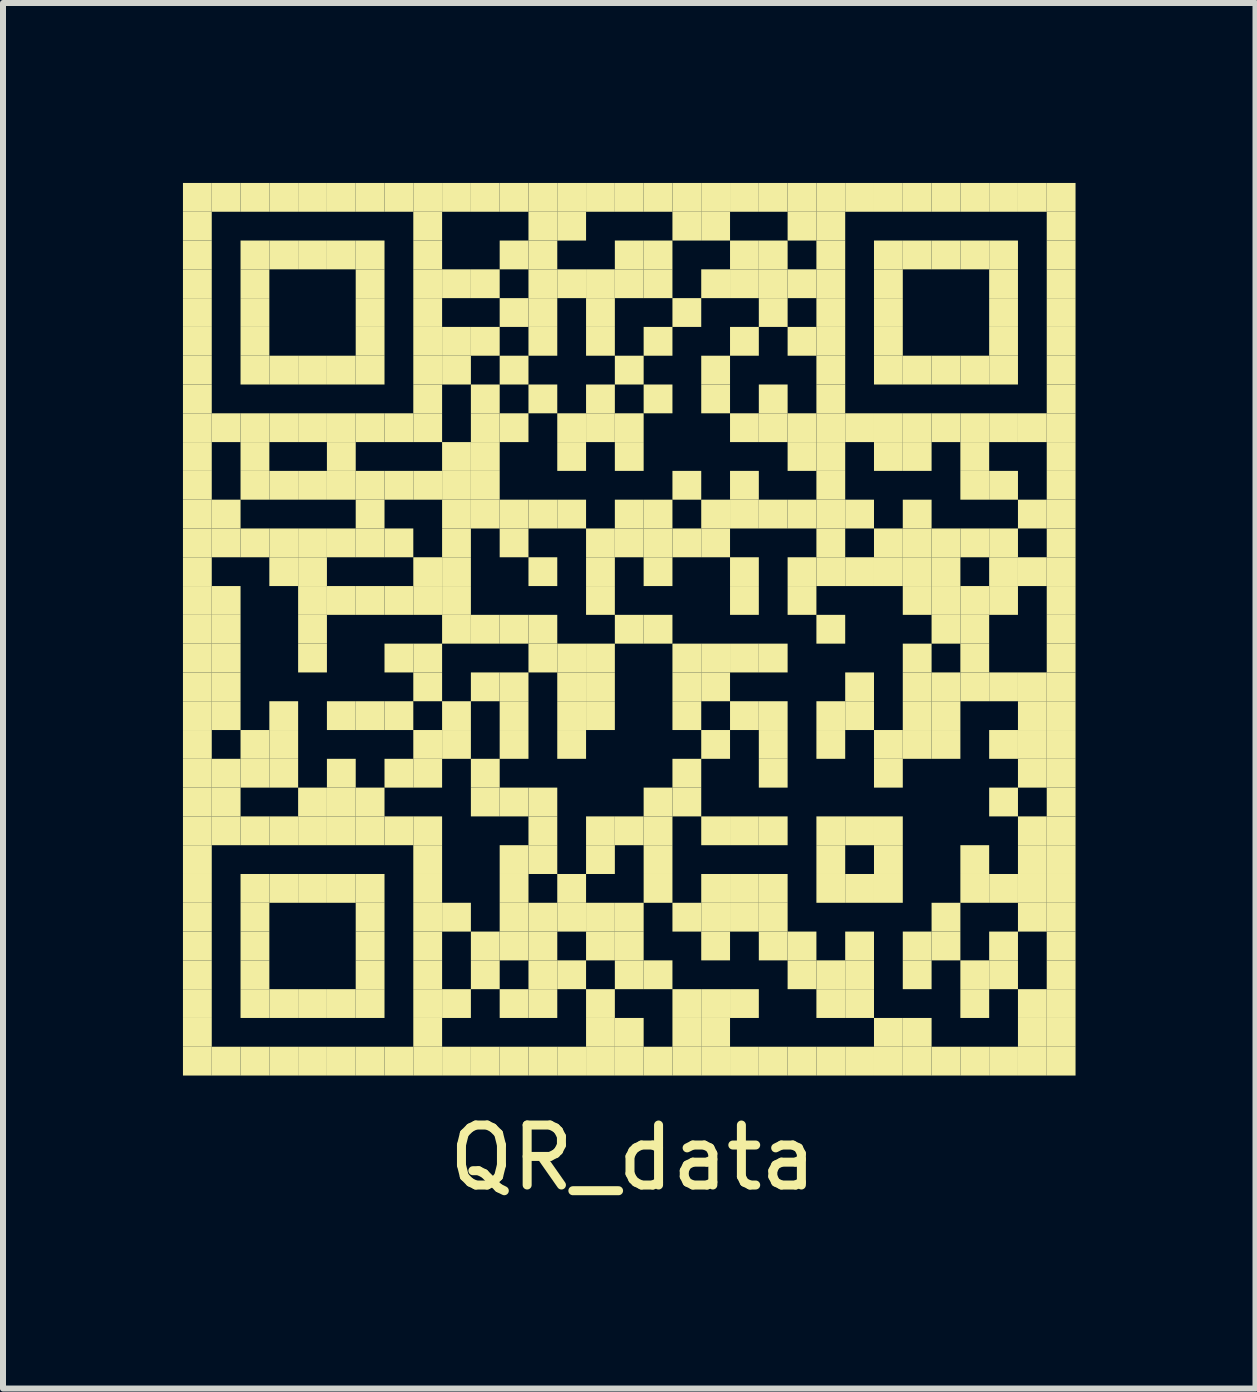
<source format=kicad_pcb>
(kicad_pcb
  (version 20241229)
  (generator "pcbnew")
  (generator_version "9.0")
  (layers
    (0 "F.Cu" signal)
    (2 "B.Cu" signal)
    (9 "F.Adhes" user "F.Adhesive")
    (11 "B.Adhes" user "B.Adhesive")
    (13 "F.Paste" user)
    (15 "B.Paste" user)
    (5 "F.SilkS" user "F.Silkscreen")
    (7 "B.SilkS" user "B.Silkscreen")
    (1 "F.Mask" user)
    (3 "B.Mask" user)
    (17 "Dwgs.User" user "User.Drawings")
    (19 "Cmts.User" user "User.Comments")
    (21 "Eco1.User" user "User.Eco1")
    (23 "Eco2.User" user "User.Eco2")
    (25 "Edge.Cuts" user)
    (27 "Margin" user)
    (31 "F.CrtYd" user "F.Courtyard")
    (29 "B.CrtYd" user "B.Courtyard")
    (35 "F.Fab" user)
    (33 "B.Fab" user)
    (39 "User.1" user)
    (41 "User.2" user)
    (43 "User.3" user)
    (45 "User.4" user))
  (footprint "QR_data"
    (layer "F.Cu")
    (at 7.5 7.5)
    (property "Reference" "QR_data" (at 0 8.75 0) (layer "F.SilkS") (effects (font (size 1 1) (thickness 0.15))))
    (attr exclude_from_pos_files exclude_from_bom allow_missing_courtyard)
    (fp_poly (pts (xy -7.5 -7.5) (xy -7.5 -7.02) (xy -7.02 -7.02) (xy -7.02 -7.5)) (stroke (width 0) (type solid)) (fill yes) (layer "F.SilkS"))
    (fp_poly (pts (xy -7.5 -7.02) (xy -7.5 -6.54) (xy -7.02 -6.54) (xy -7.02 -7.02)) (stroke (width 0) (type solid)) (fill yes) (layer "F.SilkS"))
    (fp_poly (pts (xy -7.5 -6.54) (xy -7.5 -6.06) (xy -7.02 -6.06) (xy -7.02 -6.54)) (stroke (width 0) (type solid)) (fill yes) (layer "F.SilkS"))
    (fp_poly (pts (xy -7.5 -6.06) (xy -7.5 -5.58) (xy -7.02 -5.58) (xy -7.02 -6.06)) (stroke (width 0) (type solid)) (fill yes) (layer "F.SilkS"))
    (fp_poly (pts (xy -7.5 -5.58) (xy -7.5 -5.1) (xy -7.02 -5.1) (xy -7.02 -5.58)) (stroke (width 0) (type solid)) (fill yes) (layer "F.SilkS"))
    (fp_poly (pts (xy -7.5 -5.1) (xy -7.5 -4.62) (xy -7.02 -4.62) (xy -7.02 -5.1)) (stroke (width 0) (type solid)) (fill yes) (layer "F.SilkS"))
    (fp_poly (pts (xy -7.5 -4.62) (xy -7.5 -4.14) (xy -7.02 -4.14) (xy -7.02 -4.62)) (stroke (width 0) (type solid)) (fill yes) (layer "F.SilkS"))
    (fp_poly (pts (xy -7.5 -4.14) (xy -7.5 -3.66) (xy -7.02 -3.66) (xy -7.02 -4.14)) (stroke (width 0) (type solid)) (fill yes) (layer "F.SilkS"))
    (fp_poly (pts (xy -7.5 -3.66) (xy -7.5 -3.18) (xy -7.02 -3.18) (xy -7.02 -3.66)) (stroke (width 0) (type solid)) (fill yes) (layer "F.SilkS"))
    (fp_poly (pts (xy -7.5 -3.18) (xy -7.5 -2.7) (xy -7.02 -2.7) (xy -7.02 -3.18)) (stroke (width 0) (type solid)) (fill yes) (layer "F.SilkS"))
    (fp_poly (pts (xy -7.5 -2.7) (xy -7.5 -2.22) (xy -7.02 -2.22) (xy -7.02 -2.7)) (stroke (width 0) (type solid)) (fill yes) (layer "F.SilkS"))
    (fp_poly (pts (xy -7.5 -2.22) (xy -7.5 -1.74) (xy -7.02 -1.74) (xy -7.02 -2.22)) (stroke (width 0) (type solid)) (fill yes) (layer "F.SilkS"))
    (fp_poly (pts (xy -7.5 -1.74) (xy -7.5 -1.26) (xy -7.02 -1.26) (xy -7.02 -1.74)) (stroke (width 0) (type solid)) (fill yes) (layer "F.SilkS"))
    (fp_poly (pts (xy -7.5 -1.26) (xy -7.5 -0.78) (xy -7.02 -0.78) (xy -7.02 -1.26)) (stroke (width 0) (type solid)) (fill yes) (layer "F.SilkS"))
    (fp_poly (pts (xy -7.5 -0.78) (xy -7.5 -0.3) (xy -7.02 -0.3) (xy -7.02 -0.78)) (stroke (width 0) (type solid)) (fill yes) (layer "F.SilkS"))
    (fp_poly (pts (xy -7.5 -0.3) (xy -7.5 0.18) (xy -7.02 0.18) (xy -7.02 -0.3)) (stroke (width 0) (type solid)) (fill yes) (layer "F.SilkS"))
    (fp_poly (pts (xy -7.5 0.18) (xy -7.5 0.66) (xy -7.02 0.66) (xy -7.02 0.18)) (stroke (width 0) (type solid)) (fill yes) (layer "F.SilkS"))
    (fp_poly (pts (xy -7.5 0.66) (xy -7.5 1.14) (xy -7.02 1.14) (xy -7.02 0.66)) (stroke (width 0) (type solid)) (fill yes) (layer "F.SilkS"))
    (fp_poly (pts (xy -7.5 1.14) (xy -7.5 1.62) (xy -7.02 1.62) (xy -7.02 1.14)) (stroke (width 0) (type solid)) (fill yes) (layer "F.SilkS"))
    (fp_poly (pts (xy -7.5 1.62) (xy -7.5 2.1) (xy -7.02 2.1) (xy -7.02 1.62)) (stroke (width 0) (type solid)) (fill yes) (layer "F.SilkS"))
    (fp_poly (pts (xy -7.5 2.1) (xy -7.5 2.58) (xy -7.02 2.58) (xy -7.02 2.1)) (stroke (width 0) (type solid)) (fill yes) (layer "F.SilkS"))
    (fp_poly (pts (xy -7.5 2.58) (xy -7.5 3.06) (xy -7.02 3.06) (xy -7.02 2.58)) (stroke (width 0) (type solid)) (fill yes) (layer "F.SilkS"))
    (fp_poly (pts (xy -7.5 3.06) (xy -7.5 3.54) (xy -7.02 3.54) (xy -7.02 3.06)) (stroke (width 0) (type solid)) (fill yes) (layer "F.SilkS"))
    (fp_poly (pts (xy -7.5 3.54) (xy -7.5 4.02) (xy -7.02 4.02) (xy -7.02 3.54)) (stroke (width 0) (type solid)) (fill yes) (layer "F.SilkS"))
    (fp_poly (pts (xy -7.5 4.02) (xy -7.5 4.5) (xy -7.02 4.5) (xy -7.02 4.02)) (stroke (width 0) (type solid)) (fill yes) (layer "F.SilkS"))
    (fp_poly (pts (xy -7.5 4.5) (xy -7.5 4.98) (xy -7.02 4.98) (xy -7.02 4.5)) (stroke (width 0) (type solid)) (fill yes) (layer "F.SilkS"))
    (fp_poly (pts (xy -7.5 4.98) (xy -7.5 5.46) (xy -7.02 5.46) (xy -7.02 4.98)) (stroke (width 0) (type solid)) (fill yes) (layer "F.SilkS"))
    (fp_poly (pts (xy -7.5 5.46) (xy -7.5 5.94) (xy -7.02 5.94) (xy -7.02 5.46)) (stroke (width 0) (type solid)) (fill yes) (layer "F.SilkS"))
    (fp_poly (pts (xy -7.5 5.94) (xy -7.5 6.42) (xy -7.02 6.42) (xy -7.02 5.94)) (stroke (width 0) (type solid)) (fill yes) (layer "F.SilkS"))
    (fp_poly (pts (xy -7.5 6.42) (xy -7.5 6.9) (xy -7.02 6.9) (xy -7.02 6.42)) (stroke (width 0) (type solid)) (fill yes) (layer "F.SilkS"))
    (fp_poly (pts (xy -7.5 6.9) (xy -7.5 7.38) (xy -7.02 7.38) (xy -7.02 6.9)) (stroke (width 0) (type solid)) (fill yes) (layer "F.SilkS"))
    (fp_poly (pts (xy -7.02 -7.5) (xy -7.02 -7.02) (xy -6.54 -7.02) (xy -6.54 -7.5)) (stroke (width 0) (type solid)) (fill yes) (layer "F.SilkS"))
    (fp_poly (pts (xy -7.02 -3.66) (xy -7.02 -3.18) (xy -6.54 -3.18) (xy -6.54 -3.66)) (stroke (width 0) (type solid)) (fill yes) (layer "F.SilkS"))
    (fp_poly (pts (xy -7.02 -2.22) (xy -7.02 -1.74) (xy -6.54 -1.74) (xy -6.54 -2.22)) (stroke (width 0) (type solid)) (fill yes) (layer "F.SilkS"))
    (fp_poly (pts (xy -7.02 -1.74) (xy -7.02 -1.26) (xy -6.54 -1.26) (xy -6.54 -1.74)) (stroke (width 0) (type solid)) (fill yes) (layer "F.SilkS"))
    (fp_poly (pts (xy -7.02 -0.78) (xy -7.02 -0.3) (xy -6.54 -0.3) (xy -6.54 -0.78)) (stroke (width 0) (type solid)) (fill yes) (layer "F.SilkS"))
    (fp_poly (pts (xy -7.02 -0.3) (xy -7.02 0.18) (xy -6.54 0.18) (xy -6.54 -0.3)) (stroke (width 0) (type solid)) (fill yes) (layer "F.SilkS"))
    (fp_poly (pts (xy -7.02 0.18) (xy -7.02 0.66) (xy -6.54 0.66) (xy -6.54 0.18)) (stroke (width 0) (type solid)) (fill yes) (layer "F.SilkS"))
    (fp_poly (pts (xy -7.02 0.66) (xy -7.02 1.14) (xy -6.54 1.14) (xy -6.54 0.66)) (stroke (width 0) (type solid)) (fill yes) (layer "F.SilkS"))
    (fp_poly (pts (xy -7.02 1.14) (xy -7.02 1.62) (xy -6.54 1.62) (xy -6.54 1.14)) (stroke (width 0) (type solid)) (fill yes) (layer "F.SilkS"))
    (fp_poly (pts (xy -7.02 2.1) (xy -7.02 2.58) (xy -6.54 2.58) (xy -6.54 2.1)) (stroke (width 0) (type solid)) (fill yes) (layer "F.SilkS"))
    (fp_poly (pts (xy -7.02 2.58) (xy -7.02 3.06) (xy -6.54 3.06) (xy -6.54 2.58)) (stroke (width 0) (type solid)) (fill yes) (layer "F.SilkS"))
    (fp_poly (pts (xy -7.02 3.06) (xy -7.02 3.54) (xy -6.54 3.54) (xy -6.54 3.06)) (stroke (width 0) (type solid)) (fill yes) (layer "F.SilkS"))
    (fp_poly (pts (xy -7.02 6.9) (xy -7.02 7.38) (xy -6.54 7.38) (xy -6.54 6.9)) (stroke (width 0) (type solid)) (fill yes) (layer "F.SilkS"))
    (fp_poly (pts (xy -6.54 -7.5) (xy -6.54 -7.02) (xy -6.06 -7.02) (xy -6.06 -7.5)) (stroke (width 0) (type solid)) (fill yes) (layer "F.SilkS"))
    (fp_poly (pts (xy -6.54 -6.54) (xy -6.54 -6.06) (xy -6.06 -6.06) (xy -6.06 -6.54)) (stroke (width 0) (type solid)) (fill yes) (layer "F.SilkS"))
    (fp_poly (pts (xy -6.54 -6.06) (xy -6.54 -5.58) (xy -6.06 -5.58) (xy -6.06 -6.06)) (stroke (width 0) (type solid)) (fill yes) (layer "F.SilkS"))
    (fp_poly (pts (xy -6.54 -5.58) (xy -6.54 -5.1) (xy -6.06 -5.1) (xy -6.06 -5.58)) (stroke (width 0) (type solid)) (fill yes) (layer "F.SilkS"))
    (fp_poly (pts (xy -6.54 -5.1) (xy -6.54 -4.62) (xy -6.06 -4.62) (xy -6.06 -5.1)) (stroke (width 0) (type solid)) (fill yes) (layer "F.SilkS"))
    (fp_poly (pts (xy -6.54 -4.62) (xy -6.54 -4.14) (xy -6.06 -4.14) (xy -6.06 -4.62)) (stroke (width 0) (type solid)) (fill yes) (layer "F.SilkS"))
    (fp_poly (pts (xy -6.54 -3.66) (xy -6.54 -3.18) (xy -6.06 -3.18) (xy -6.06 -3.66)) (stroke (width 0) (type solid)) (fill yes) (layer "F.SilkS"))
    (fp_poly (pts (xy -6.54 -3.18) (xy -6.54 -2.7) (xy -6.06 -2.7) (xy -6.06 -3.18)) (stroke (width 0) (type solid)) (fill yes) (layer "F.SilkS"))
    (fp_poly (pts (xy -6.54 -2.7) (xy -6.54 -2.22) (xy -6.06 -2.22) (xy -6.06 -2.7)) (stroke (width 0) (type solid)) (fill yes) (layer "F.SilkS"))
    (fp_poly (pts (xy -6.54 -1.74) (xy -6.54 -1.26) (xy -6.06 -1.26) (xy -6.06 -1.74)) (stroke (width 0) (type solid)) (fill yes) (layer "F.SilkS"))
    (fp_poly (pts (xy -6.54 1.62) (xy -6.54 2.1) (xy -6.06 2.1) (xy -6.06 1.62)) (stroke (width 0) (type solid)) (fill yes) (layer "F.SilkS"))
    (fp_poly (pts (xy -6.54 2.1) (xy -6.54 2.58) (xy -6.06 2.58) (xy -6.06 2.1)) (stroke (width 0) (type solid)) (fill yes) (layer "F.SilkS"))
    (fp_poly (pts (xy -6.54 3.06) (xy -6.54 3.54) (xy -6.06 3.54) (xy -6.06 3.06)) (stroke (width 0) (type solid)) (fill yes) (layer "F.SilkS"))
    (fp_poly (pts (xy -6.54 4.02) (xy -6.54 4.5) (xy -6.06 4.5) (xy -6.06 4.02)) (stroke (width 0) (type solid)) (fill yes) (layer "F.SilkS"))
    (fp_poly (pts (xy -6.54 4.5) (xy -6.54 4.98) (xy -6.06 4.98) (xy -6.06 4.5)) (stroke (width 0) (type solid)) (fill yes) (layer "F.SilkS"))
    (fp_poly (pts (xy -6.54 4.98) (xy -6.54 5.46) (xy -6.06 5.46) (xy -6.06 4.98)) (stroke (width 0) (type solid)) (fill yes) (layer "F.SilkS"))
    (fp_poly (pts (xy -6.54 5.46) (xy -6.54 5.94) (xy -6.06 5.94) (xy -6.06 5.46)) (stroke (width 0) (type solid)) (fill yes) (layer "F.SilkS"))
    (fp_poly (pts (xy -6.54 5.94) (xy -6.54 6.42) (xy -6.06 6.42) (xy -6.06 5.94)) (stroke (width 0) (type solid)) (fill yes) (layer "F.SilkS"))
    (fp_poly (pts (xy -6.54 6.9) (xy -6.54 7.38) (xy -6.06 7.38) (xy -6.06 6.9)) (stroke (width 0) (type solid)) (fill yes) (layer "F.SilkS"))
    (fp_poly (pts (xy -6.06 -7.5) (xy -6.06 -7.02) (xy -5.58 -7.02) (xy -5.58 -7.5)) (stroke (width 0) (type solid)) (fill yes) (layer "F.SilkS"))
    (fp_poly (pts (xy -6.06 -6.54) (xy -6.06 -6.06) (xy -5.58 -6.06) (xy -5.58 -6.54)) (stroke (width 0) (type solid)) (fill yes) (layer "F.SilkS"))
    (fp_poly (pts (xy -6.06 -4.62) (xy -6.06 -4.14) (xy -5.58 -4.14) (xy -5.58 -4.62)) (stroke (width 0) (type solid)) (fill yes) (layer "F.SilkS"))
    (fp_poly (pts (xy -6.06 -3.66) (xy -6.06 -3.18) (xy -5.58 -3.18) (xy -5.58 -3.66)) (stroke (width 0) (type solid)) (fill yes) (layer "F.SilkS"))
    (fp_poly (pts (xy -6.06 -2.7) (xy -6.06 -2.22) (xy -5.58 -2.22) (xy -5.58 -2.7)) (stroke (width 0) (type solid)) (fill yes) (layer "F.SilkS"))
    (fp_poly (pts (xy -6.06 -1.74) (xy -6.06 -1.26) (xy -5.58 -1.26) (xy -5.58 -1.74)) (stroke (width 0) (type solid)) (fill yes) (layer "F.SilkS"))
    (fp_poly (pts (xy -6.06 -1.26) (xy -6.06 -0.78) (xy -5.58 -0.78) (xy -5.58 -1.26)) (stroke (width 0) (type solid)) (fill yes) (layer "F.SilkS"))
    (fp_poly (pts (xy -6.06 1.14) (xy -6.06 1.62) (xy -5.58 1.62) (xy -5.58 1.14)) (stroke (width 0) (type solid)) (fill yes) (layer "F.SilkS"))
    (fp_poly (pts (xy -6.06 1.62) (xy -6.06 2.1) (xy -5.58 2.1) (xy -5.58 1.62)) (stroke (width 0) (type solid)) (fill yes) (layer "F.SilkS"))
    (fp_poly (pts (xy -6.06 2.1) (xy -6.06 2.58) (xy -5.58 2.58) (xy -5.58 2.1)) (stroke (width 0) (type solid)) (fill yes) (layer "F.SilkS"))
    (fp_poly (pts (xy -6.06 3.06) (xy -6.06 3.54) (xy -5.58 3.54) (xy -5.58 3.06)) (stroke (width 0) (type solid)) (fill yes) (layer "F.SilkS"))
    (fp_poly (pts (xy -6.06 4.02) (xy -6.06 4.5) (xy -5.58 4.5) (xy -5.58 4.02)) (stroke (width 0) (type solid)) (fill yes) (layer "F.SilkS"))
    (fp_poly (pts (xy -6.06 5.94) (xy -6.06 6.42) (xy -5.58 6.42) (xy -5.58 5.94)) (stroke (width 0) (type solid)) (fill yes) (layer "F.SilkS"))
    (fp_poly (pts (xy -6.06 6.9) (xy -6.06 7.38) (xy -5.58 7.38) (xy -5.58 6.9)) (stroke (width 0) (type solid)) (fill yes) (layer "F.SilkS"))
    (fp_poly (pts (xy -5.58 -7.5) (xy -5.58 -7.02) (xy -5.1 -7.02) (xy -5.1 -7.5)) (stroke (width 0) (type solid)) (fill yes) (layer "F.SilkS"))
    (fp_poly (pts (xy -5.58 -6.54) (xy -5.58 -6.06) (xy -5.1 -6.06) (xy -5.1 -6.54)) (stroke (width 0) (type solid)) (fill yes) (layer "F.SilkS"))
    (fp_poly (pts (xy -5.58 -4.62) (xy -5.58 -4.14) (xy -5.1 -4.14) (xy -5.1 -4.62)) (stroke (width 0) (type solid)) (fill yes) (layer "F.SilkS"))
    (fp_poly (pts (xy -5.58 -3.66) (xy -5.58 -3.18) (xy -5.1 -3.18) (xy -5.1 -3.66)) (stroke (width 0) (type solid)) (fill yes) (layer "F.SilkS"))
    (fp_poly (pts (xy -5.58 -2.7) (xy -5.58 -2.22) (xy -5.1 -2.22) (xy -5.1 -2.7)) (stroke (width 0) (type solid)) (fill yes) (layer "F.SilkS"))
    (fp_poly (pts (xy -5.58 -1.74) (xy -5.58 -1.26) (xy -5.1 -1.26) (xy -5.1 -1.74)) (stroke (width 0) (type solid)) (fill yes) (layer "F.SilkS"))
    (fp_poly (pts (xy -5.58 -1.26) (xy -5.58 -0.78) (xy -5.1 -0.78) (xy -5.1 -1.26)) (stroke (width 0) (type solid)) (fill yes) (layer "F.SilkS"))
    (fp_poly (pts (xy -5.58 -0.78) (xy -5.58 -0.3) (xy -5.1 -0.3) (xy -5.1 -0.78)) (stroke (width 0) (type solid)) (fill yes) (layer "F.SilkS"))
    (fp_poly (pts (xy -5.58 -0.3) (xy -5.58 0.18) (xy -5.1 0.18) (xy -5.1 -0.3)) (stroke (width 0) (type solid)) (fill yes) (layer "F.SilkS"))
    (fp_poly (pts (xy -5.58 0.18) (xy -5.58 0.66) (xy -5.1 0.66) (xy -5.1 0.18)) (stroke (width 0) (type solid)) (fill yes) (layer "F.SilkS"))
    (fp_poly (pts (xy -5.58 2.58) (xy -5.58 3.06) (xy -5.1 3.06) (xy -5.1 2.58)) (stroke (width 0) (type solid)) (fill yes) (layer "F.SilkS"))
    (fp_poly (pts (xy -5.58 3.06) (xy -5.58 3.54) (xy -5.1 3.54) (xy -5.1 3.06)) (stroke (width 0) (type solid)) (fill yes) (layer "F.SilkS"))
    (fp_poly (pts (xy -5.58 4.02) (xy -5.58 4.5) (xy -5.1 4.5) (xy -5.1 4.02)) (stroke (width 0) (type solid)) (fill yes) (layer "F.SilkS"))
    (fp_poly (pts (xy -5.58 5.94) (xy -5.58 6.42) (xy -5.1 6.42) (xy -5.1 5.94)) (stroke (width 0) (type solid)) (fill yes) (layer "F.SilkS"))
    (fp_poly (pts (xy -5.58 6.9) (xy -5.58 7.38) (xy -5.1 7.38) (xy -5.1 6.9)) (stroke (width 0) (type solid)) (fill yes) (layer "F.SilkS"))
    (fp_poly (pts (xy -5.1 -7.5) (xy -5.1 -7.02) (xy -4.62 -7.02) (xy -4.62 -7.5)) (stroke (width 0) (type solid)) (fill yes) (layer "F.SilkS"))
    (fp_poly (pts (xy -5.1 -6.54) (xy -5.1 -6.06) (xy -4.62 -6.06) (xy -4.62 -6.54)) (stroke (width 0) (type solid)) (fill yes) (layer "F.SilkS"))
    (fp_poly (pts (xy -5.1 -4.62) (xy -5.1 -4.14) (xy -4.62 -4.14) (xy -4.62 -4.62)) (stroke (width 0) (type solid)) (fill yes) (layer "F.SilkS"))
    (fp_poly (pts (xy -5.1 -3.66) (xy -5.1 -3.18) (xy -4.62 -3.18) (xy -4.62 -3.66)) (stroke (width 0) (type solid)) (fill yes) (layer "F.SilkS"))
    (fp_poly (pts (xy -5.1 -3.18) (xy -5.1 -2.7) (xy -4.62 -2.7) (xy -4.62 -3.18)) (stroke (width 0) (type solid)) (fill yes) (layer "F.SilkS"))
    (fp_poly (pts (xy -5.1 -2.7) (xy -5.1 -2.22) (xy -4.62 -2.22) (xy -4.62 -2.7)) (stroke (width 0) (type solid)) (fill yes) (layer "F.SilkS"))
    (fp_poly (pts (xy -5.1 -1.74) (xy -5.1 -1.26) (xy -4.62 -1.26) (xy -4.62 -1.74)) (stroke (width 0) (type solid)) (fill yes) (layer "F.SilkS"))
    (fp_poly (pts (xy -5.1 -0.78) (xy -5.1 -0.3) (xy -4.62 -0.3) (xy -4.62 -0.78)) (stroke (width 0) (type solid)) (fill yes) (layer "F.SilkS"))
    (fp_poly (pts (xy -5.1 1.14) (xy -5.1 1.62) (xy -4.62 1.62) (xy -4.62 1.14)) (stroke (width 0) (type solid)) (fill yes) (layer "F.SilkS"))
    (fp_poly (pts (xy -5.1 2.1) (xy -5.1 2.58) (xy -4.62 2.58) (xy -4.62 2.1)) (stroke (width 0) (type solid)) (fill yes) (layer "F.SilkS"))
    (fp_poly (pts (xy -5.1 2.58) (xy -5.1 3.06) (xy -4.62 3.06) (xy -4.62 2.58)) (stroke (width 0) (type solid)) (fill yes) (layer "F.SilkS"))
    (fp_poly (pts (xy -5.1 3.06) (xy -5.1 3.54) (xy -4.62 3.54) (xy -4.62 3.06)) (stroke (width 0) (type solid)) (fill yes) (layer "F.SilkS"))
    (fp_poly (pts (xy -5.1 4.02) (xy -5.1 4.5) (xy -4.62 4.5) (xy -4.62 4.02)) (stroke (width 0) (type solid)) (fill yes) (layer "F.SilkS"))
    (fp_poly (pts (xy -5.1 5.94) (xy -5.1 6.42) (xy -4.62 6.42) (xy -4.62 5.94)) (stroke (width 0) (type solid)) (fill yes) (layer "F.SilkS"))
    (fp_poly (pts (xy -5.1 6.9) (xy -5.1 7.38) (xy -4.62 7.38) (xy -4.62 6.9)) (stroke (width 0) (type solid)) (fill yes) (layer "F.SilkS"))
    (fp_poly (pts (xy -4.62 -7.5) (xy -4.62 -7.02) (xy -4.14 -7.02) (xy -4.14 -7.5)) (stroke (width 0) (type solid)) (fill yes) (layer "F.SilkS"))
    (fp_poly (pts (xy -4.62 -6.54) (xy -4.62 -6.06) (xy -4.14 -6.06) (xy -4.14 -6.54)) (stroke (width 0) (type solid)) (fill yes) (layer "F.SilkS"))
    (fp_poly (pts (xy -4.62 -6.06) (xy -4.62 -5.58) (xy -4.14 -5.58) (xy -4.14 -6.06)) (stroke (width 0) (type solid)) (fill yes) (layer "F.SilkS"))
    (fp_poly (pts (xy -4.62 -5.58) (xy -4.62 -5.1) (xy -4.14 -5.1) (xy -4.14 -5.58)) (stroke (width 0) (type solid)) (fill yes) (layer "F.SilkS"))
    (fp_poly (pts (xy -4.62 -5.1) (xy -4.62 -4.62) (xy -4.14 -4.62) (xy -4.14 -5.1)) (stroke (width 0) (type solid)) (fill yes) (layer "F.SilkS"))
    (fp_poly (pts (xy -4.62 -4.62) (xy -4.62 -4.14) (xy -4.14 -4.14) (xy -4.14 -4.62)) (stroke (width 0) (type solid)) (fill yes) (layer "F.SilkS"))
    (fp_poly (pts (xy -4.62 -3.66) (xy -4.62 -3.18) (xy -4.14 -3.18) (xy -4.14 -3.66)) (stroke (width 0) (type solid)) (fill yes) (layer "F.SilkS"))
    (fp_poly (pts (xy -4.62 -2.7) (xy -4.62 -2.22) (xy -4.14 -2.22) (xy -4.14 -2.7)) (stroke (width 0) (type solid)) (fill yes) (layer "F.SilkS"))
    (fp_poly (pts (xy -4.62 -2.22) (xy -4.62 -1.74) (xy -4.14 -1.74) (xy -4.14 -2.22)) (stroke (width 0) (type solid)) (fill yes) (layer "F.SilkS"))
    (fp_poly (pts (xy -4.62 -1.74) (xy -4.62 -1.26) (xy -4.14 -1.26) (xy -4.14 -1.74)) (stroke (width 0) (type solid)) (fill yes) (layer "F.SilkS"))
    (fp_poly (pts (xy -4.62 -0.78) (xy -4.62 -0.3) (xy -4.14 -0.3) (xy -4.14 -0.78)) (stroke (width 0) (type solid)) (fill yes) (layer "F.SilkS"))
    (fp_poly (pts (xy -4.62 1.14) (xy -4.62 1.62) (xy -4.14 1.62) (xy -4.14 1.14)) (stroke (width 0) (type solid)) (fill yes) (layer "F.SilkS"))
    (fp_poly (pts (xy -4.62 2.58) (xy -4.62 3.06) (xy -4.14 3.06) (xy -4.14 2.58)) (stroke (width 0) (type solid)) (fill yes) (layer "F.SilkS"))
    (fp_poly (pts (xy -4.62 3.06) (xy -4.62 3.54) (xy -4.14 3.54) (xy -4.14 3.06)) (stroke (width 0) (type solid)) (fill yes) (layer "F.SilkS"))
    (fp_poly (pts (xy -4.62 4.02) (xy -4.62 4.5) (xy -4.14 4.5) (xy -4.14 4.02)) (stroke (width 0) (type solid)) (fill yes) (layer "F.SilkS"))
    (fp_poly (pts (xy -4.62 4.5) (xy -4.62 4.98) (xy -4.14 4.98) (xy -4.14 4.5)) (stroke (width 0) (type solid)) (fill yes) (layer "F.SilkS"))
    (fp_poly (pts (xy -4.62 4.98) (xy -4.62 5.46) (xy -4.14 5.46) (xy -4.14 4.98)) (stroke (width 0) (type solid)) (fill yes) (layer "F.SilkS"))
    (fp_poly (pts (xy -4.62 5.46) (xy -4.62 5.94) (xy -4.14 5.94) (xy -4.14 5.46)) (stroke (width 0) (type solid)) (fill yes) (layer "F.SilkS"))
    (fp_poly (pts (xy -4.62 5.94) (xy -4.62 6.42) (xy -4.14 6.42) (xy -4.14 5.94)) (stroke (width 0) (type solid)) (fill yes) (layer "F.SilkS"))
    (fp_poly (pts (xy -4.62 6.9) (xy -4.62 7.38) (xy -4.14 7.38) (xy -4.14 6.9)) (stroke (width 0) (type solid)) (fill yes) (layer "F.SilkS"))
    (fp_poly (pts (xy -4.14 -7.5) (xy -4.14 -7.02) (xy -3.66 -7.02) (xy -3.66 -7.5)) (stroke (width 0) (type solid)) (fill yes) (layer "F.SilkS"))
    (fp_poly (pts (xy -4.14 -3.66) (xy -4.14 -3.18) (xy -3.66 -3.18) (xy -3.66 -3.66)) (stroke (width 0) (type solid)) (fill yes) (layer "F.SilkS"))
    (fp_poly (pts (xy -4.14 -2.7) (xy -4.14 -2.22) (xy -3.66 -2.22) (xy -3.66 -2.7)) (stroke (width 0) (type solid)) (fill yes) (layer "F.SilkS"))
    (fp_poly (pts (xy -4.14 -1.74) (xy -4.14 -1.26) (xy -3.66 -1.26) (xy -3.66 -1.74)) (stroke (width 0) (type solid)) (fill yes) (layer "F.SilkS"))
    (fp_poly (pts (xy -4.14 -0.78) (xy -4.14 -0.3) (xy -3.66 -0.3) (xy -3.66 -0.78)) (stroke (width 0) (type solid)) (fill yes) (layer "F.SilkS"))
    (fp_poly (pts (xy -4.14 0.18) (xy -4.14 0.66) (xy -3.66 0.66) (xy -3.66 0.18)) (stroke (width 0) (type solid)) (fill yes) (layer "F.SilkS"))
    (fp_poly (pts (xy -4.14 1.14) (xy -4.14 1.62) (xy -3.66 1.62) (xy -3.66 1.14)) (stroke (width 0) (type solid)) (fill yes) (layer "F.SilkS"))
    (fp_poly (pts (xy -4.14 2.1) (xy -4.14 2.58) (xy -3.66 2.58) (xy -3.66 2.1)) (stroke (width 0) (type solid)) (fill yes) (layer "F.SilkS"))
    (fp_poly (pts (xy -4.14 3.06) (xy -4.14 3.54) (xy -3.66 3.54) (xy -3.66 3.06)) (stroke (width 0) (type solid)) (fill yes) (layer "F.SilkS"))
    (fp_poly (pts (xy -4.14 6.9) (xy -4.14 7.38) (xy -3.66 7.38) (xy -3.66 6.9)) (stroke (width 0) (type solid)) (fill yes) (layer "F.SilkS"))
    (fp_poly (pts (xy -3.66 -7.5) (xy -3.66 -7.02) (xy -3.18 -7.02) (xy -3.18 -7.5)) (stroke (width 0) (type solid)) (fill yes) (layer "F.SilkS"))
    (fp_poly (pts (xy -3.66 -7.02) (xy -3.66 -6.54) (xy -3.18 -6.54) (xy -3.18 -7.02)) (stroke (width 0) (type solid)) (fill yes) (layer "F.SilkS"))
    (fp_poly (pts (xy -3.66 -6.54) (xy -3.66 -6.06) (xy -3.18 -6.06) (xy -3.18 -6.54)) (stroke (width 0) (type solid)) (fill yes) (layer "F.SilkS"))
    (fp_poly (pts (xy -3.66 -6.06) (xy -3.66 -5.58) (xy -3.18 -5.58) (xy -3.18 -6.06)) (stroke (width 0) (type solid)) (fill yes) (layer "F.SilkS"))
    (fp_poly (pts (xy -3.66 -5.58) (xy -3.66 -5.1) (xy -3.18 -5.1) (xy -3.18 -5.58)) (stroke (width 0) (type solid)) (fill yes) (layer "F.SilkS"))
    (fp_poly (pts (xy -3.66 -5.1) (xy -3.66 -4.62) (xy -3.18 -4.62) (xy -3.18 -5.1)) (stroke (width 0) (type solid)) (fill yes) (layer "F.SilkS"))
    (fp_poly (pts (xy -3.66 -4.62) (xy -3.66 -4.14) (xy -3.18 -4.14) (xy -3.18 -4.62)) (stroke (width 0) (type solid)) (fill yes) (layer "F.SilkS"))
    (fp_poly (pts (xy -3.66 -4.14) (xy -3.66 -3.66) (xy -3.18 -3.66) (xy -3.18 -4.14)) (stroke (width 0) (type solid)) (fill yes) (layer "F.SilkS"))
    (fp_poly (pts (xy -3.66 -3.66) (xy -3.66 -3.18) (xy -3.18 -3.18) (xy -3.18 -3.66)) (stroke (width 0) (type solid)) (fill yes) (layer "F.SilkS"))
    (fp_poly (pts (xy -3.66 -2.7) (xy -3.66 -2.22) (xy -3.18 -2.22) (xy -3.18 -2.7)) (stroke (width 0) (type solid)) (fill yes) (layer "F.SilkS"))
    (fp_poly (pts (xy -3.66 -1.26) (xy -3.66 -0.78) (xy -3.18 -0.78) (xy -3.18 -1.26)) (stroke (width 0) (type solid)) (fill yes) (layer "F.SilkS"))
    (fp_poly (pts (xy -3.66 -0.78) (xy -3.66 -0.3) (xy -3.18 -0.3) (xy -3.18 -0.78)) (stroke (width 0) (type solid)) (fill yes) (layer "F.SilkS"))
    (fp_poly (pts (xy -3.66 0.18) (xy -3.66 0.66) (xy -3.18 0.66) (xy -3.18 0.18)) (stroke (width 0) (type solid)) (fill yes) (layer "F.SilkS"))
    (fp_poly (pts (xy -3.66 0.66) (xy -3.66 1.14) (xy -3.18 1.14) (xy -3.18 0.66)) (stroke (width 0) (type solid)) (fill yes) (layer "F.SilkS"))
    (fp_poly (pts (xy -3.66 1.62) (xy -3.66 2.1) (xy -3.18 2.1) (xy -3.18 1.62)) (stroke (width 0) (type solid)) (fill yes) (layer "F.SilkS"))
    (fp_poly (pts (xy -3.66 2.1) (xy -3.66 2.58) (xy -3.18 2.58) (xy -3.18 2.1)) (stroke (width 0) (type solid)) (fill yes) (layer "F.SilkS"))
    (fp_poly (pts (xy -3.66 3.06) (xy -3.66 3.54) (xy -3.18 3.54) (xy -3.18 3.06)) (stroke (width 0) (type solid)) (fill yes) (layer "F.SilkS"))
    (fp_poly (pts (xy -3.66 3.54) (xy -3.66 4.02) (xy -3.18 4.02) (xy -3.18 3.54)) (stroke (width 0) (type solid)) (fill yes) (layer "F.SilkS"))
    (fp_poly (pts (xy -3.66 4.02) (xy -3.66 4.5) (xy -3.18 4.5) (xy -3.18 4.02)) (stroke (width 0) (type solid)) (fill yes) (layer "F.SilkS"))
    (fp_poly (pts (xy -3.66 4.5) (xy -3.66 4.98) (xy -3.18 4.98) (xy -3.18 4.5)) (stroke (width 0) (type solid)) (fill yes) (layer "F.SilkS"))
    (fp_poly (pts (xy -3.66 4.98) (xy -3.66 5.46) (xy -3.18 5.46) (xy -3.18 4.98)) (stroke (width 0) (type solid)) (fill yes) (layer "F.SilkS"))
    (fp_poly (pts (xy -3.66 5.46) (xy -3.66 5.94) (xy -3.18 5.94) (xy -3.18 5.46)) (stroke (width 0) (type solid)) (fill yes) (layer "F.SilkS"))
    (fp_poly (pts (xy -3.66 5.94) (xy -3.66 6.42) (xy -3.18 6.42) (xy -3.18 5.94)) (stroke (width 0) (type solid)) (fill yes) (layer "F.SilkS"))
    (fp_poly (pts (xy -3.66 6.42) (xy -3.66 6.9) (xy -3.18 6.9) (xy -3.18 6.42)) (stroke (width 0) (type solid)) (fill yes) (layer "F.SilkS"))
    (fp_poly (pts (xy -3.66 6.9) (xy -3.66 7.38) (xy -3.18 7.38) (xy -3.18 6.9)) (stroke (width 0) (type solid)) (fill yes) (layer "F.SilkS"))
    (fp_poly (pts (xy -3.18 -7.5) (xy -3.18 -7.02) (xy -2.7 -7.02) (xy -2.7 -7.5)) (stroke (width 0) (type solid)) (fill yes) (layer "F.SilkS"))
    (fp_poly (pts (xy -3.18 -6.06) (xy -3.18 -5.58) (xy -2.7 -5.58) (xy -2.7 -6.06)) (stroke (width 0) (type solid)) (fill yes) (layer "F.SilkS"))
    (fp_poly (pts (xy -3.18 -5.1) (xy -3.18 -4.62) (xy -2.7 -4.62) (xy -2.7 -5.1)) (stroke (width 0) (type solid)) (fill yes) (layer "F.SilkS"))
    (fp_poly (pts (xy -3.18 -4.62) (xy -3.18 -4.14) (xy -2.7 -4.14) (xy -2.7 -4.62)) (stroke (width 0) (type solid)) (fill yes) (layer "F.SilkS"))
    (fp_poly (pts (xy -3.18 -3.18) (xy -3.18 -2.7) (xy -2.7 -2.7) (xy -2.7 -3.18)) (stroke (width 0) (type solid)) (fill yes) (layer "F.SilkS"))
    (fp_poly (pts (xy -3.18 -2.7) (xy -3.18 -2.22) (xy -2.7 -2.22) (xy -2.7 -2.7)) (stroke (width 0) (type solid)) (fill yes) (layer "F.SilkS"))
    (fp_poly (pts (xy -3.18 -2.22) (xy -3.18 -1.74) (xy -2.7 -1.74) (xy -2.7 -2.22)) (stroke (width 0) (type solid)) (fill yes) (layer "F.SilkS"))
    (fp_poly (pts (xy -3.18 -1.74) (xy -3.18 -1.26) (xy -2.7 -1.26) (xy -2.7 -1.74)) (stroke (width 0) (type solid)) (fill yes) (layer "F.SilkS"))
    (fp_poly (pts (xy -3.18 -1.26) (xy -3.18 -0.78) (xy -2.7 -0.78) (xy -2.7 -1.26)) (stroke (width 0) (type solid)) (fill yes) (layer "F.SilkS"))
    (fp_poly (pts (xy -3.18 -0.78) (xy -3.18 -0.3) (xy -2.7 -0.3) (xy -2.7 -0.78)) (stroke (width 0) (type solid)) (fill yes) (layer "F.SilkS"))
    (fp_poly (pts (xy -3.18 -0.3) (xy -3.18 0.18) (xy -2.7 0.18) (xy -2.7 -0.3)) (stroke (width 0) (type solid)) (fill yes) (layer "F.SilkS"))
    (fp_poly (pts (xy -3.18 1.14) (xy -3.18 1.62) (xy -2.7 1.62) (xy -2.7 1.14)) (stroke (width 0) (type solid)) (fill yes) (layer "F.SilkS"))
    (fp_poly (pts (xy -3.18 1.62) (xy -3.18 2.1) (xy -2.7 2.1) (xy -2.7 1.62)) (stroke (width 0) (type solid)) (fill yes) (layer "F.SilkS"))
    (fp_poly (pts (xy -3.18 4.5) (xy -3.18 4.98) (xy -2.7 4.98) (xy -2.7 4.5)) (stroke (width 0) (type solid)) (fill yes) (layer "F.SilkS"))
    (fp_poly (pts (xy -3.18 5.94) (xy -3.18 6.42) (xy -2.7 6.42) (xy -2.7 5.94)) (stroke (width 0) (type solid)) (fill yes) (layer "F.SilkS"))
    (fp_poly (pts (xy -3.18 6.9) (xy -3.18 7.38) (xy -2.7 7.38) (xy -2.7 6.9)) (stroke (width 0) (type solid)) (fill yes) (layer "F.SilkS"))
    (fp_poly (pts (xy -2.7 -7.5) (xy -2.7 -7.02) (xy -2.22 -7.02) (xy -2.22 -7.5)) (stroke (width 0) (type solid)) (fill yes) (layer "F.SilkS"))
    (fp_poly (pts (xy -2.7 -6.06) (xy -2.7 -5.58) (xy -2.22 -5.58) (xy -2.22 -6.06)) (stroke (width 0) (type solid)) (fill yes) (layer "F.SilkS"))
    (fp_poly (pts (xy -2.7 -5.1) (xy -2.7 -4.62) (xy -2.22 -4.62) (xy -2.22 -5.1)) (stroke (width 0) (type solid)) (fill yes) (layer "F.SilkS"))
    (fp_poly (pts (xy -2.7 -4.14) (xy -2.7 -3.66) (xy -2.22 -3.66) (xy -2.22 -4.14)) (stroke (width 0) (type solid)) (fill yes) (layer "F.SilkS"))
    (fp_poly (pts (xy -2.7 -3.66) (xy -2.7 -3.18) (xy -2.22 -3.18) (xy -2.22 -3.66)) (stroke (width 0) (type solid)) (fill yes) (layer "F.SilkS"))
    (fp_poly (pts (xy -2.7 -3.18) (xy -2.7 -2.7) (xy -2.22 -2.7) (xy -2.22 -3.18)) (stroke (width 0) (type solid)) (fill yes) (layer "F.SilkS"))
    (fp_poly (pts (xy -2.7 -2.7) (xy -2.7 -2.22) (xy -2.22 -2.22) (xy -2.22 -2.7)) (stroke (width 0) (type solid)) (fill yes) (layer "F.SilkS"))
    (fp_poly (pts (xy -2.7 -2.22) (xy -2.7 -1.74) (xy -2.22 -1.74) (xy -2.22 -2.22)) (stroke (width 0) (type solid)) (fill yes) (layer "F.SilkS"))
    (fp_poly (pts (xy -2.7 -0.3) (xy -2.7 0.18) (xy -2.22 0.18) (xy -2.22 -0.3)) (stroke (width 0) (type solid)) (fill yes) (layer "F.SilkS"))
    (fp_poly (pts (xy -2.7 0.66) (xy -2.7 1.14) (xy -2.22 1.14) (xy -2.22 0.66)) (stroke (width 0) (type solid)) (fill yes) (layer "F.SilkS"))
    (fp_poly (pts (xy -2.7 2.1) (xy -2.7 2.58) (xy -2.22 2.58) (xy -2.22 2.1)) (stroke (width 0) (type solid)) (fill yes) (layer "F.SilkS"))
    (fp_poly (pts (xy -2.7 2.58) (xy -2.7 3.06) (xy -2.22 3.06) (xy -2.22 2.58)) (stroke (width 0) (type solid)) (fill yes) (layer "F.SilkS"))
    (fp_poly (pts (xy -2.7 4.98) (xy -2.7 5.46) (xy -2.22 5.46) (xy -2.22 4.98)) (stroke (width 0) (type solid)) (fill yes) (layer "F.SilkS"))
    (fp_poly (pts (xy -2.7 5.46) (xy -2.7 5.94) (xy -2.22 5.94) (xy -2.22 5.46)) (stroke (width 0) (type solid)) (fill yes) (layer "F.SilkS"))
    (fp_poly (pts (xy -2.7 6.9) (xy -2.7 7.38) (xy -2.22 7.38) (xy -2.22 6.9)) (stroke (width 0) (type solid)) (fill yes) (layer "F.SilkS"))
    (fp_poly (pts (xy -2.22 -7.5) (xy -2.22 -7.02) (xy -1.74 -7.02) (xy -1.74 -7.5)) (stroke (width 0) (type solid)) (fill yes) (layer "F.SilkS"))
    (fp_poly (pts (xy -2.22 -6.54) (xy -2.22 -6.06) (xy -1.74 -6.06) (xy -1.74 -6.54)) (stroke (width 0) (type solid)) (fill yes) (layer "F.SilkS"))
    (fp_poly (pts (xy -2.22 -5.58) (xy -2.22 -5.1) (xy -1.74 -5.1) (xy -1.74 -5.58)) (stroke (width 0) (type solid)) (fill yes) (layer "F.SilkS"))
    (fp_poly (pts (xy -2.22 -4.62) (xy -2.22 -4.14) (xy -1.74 -4.14) (xy -1.74 -4.62)) (stroke (width 0) (type solid)) (fill yes) (layer "F.SilkS"))
    (fp_poly (pts (xy -2.22 -3.66) (xy -2.22 -3.18) (xy -1.74 -3.18) (xy -1.74 -3.66)) (stroke (width 0) (type solid)) (fill yes) (layer "F.SilkS"))
    (fp_poly (pts (xy -2.22 -2.22) (xy -2.22 -1.74) (xy -1.74 -1.74) (xy -1.74 -2.22)) (stroke (width 0) (type solid)) (fill yes) (layer "F.SilkS"))
    (fp_poly (pts (xy -2.22 -1.74) (xy -2.22 -1.26) (xy -1.74 -1.26) (xy -1.74 -1.74)) (stroke (width 0) (type solid)) (fill yes) (layer "F.SilkS"))
    (fp_poly (pts (xy -2.22 -0.3) (xy -2.22 0.18) (xy -1.74 0.18) (xy -1.74 -0.3)) (stroke (width 0) (type solid)) (fill yes) (layer "F.SilkS"))
    (fp_poly (pts (xy -2.22 0.66) (xy -2.22 1.14) (xy -1.74 1.14) (xy -1.74 0.66)) (stroke (width 0) (type solid)) (fill yes) (layer "F.SilkS"))
    (fp_poly (pts (xy -2.22 1.14) (xy -2.22 1.62) (xy -1.74 1.62) (xy -1.74 1.14)) (stroke (width 0) (type solid)) (fill yes) (layer "F.SilkS"))
    (fp_poly (pts (xy -2.22 1.62) (xy -2.22 2.1) (xy -1.74 2.1) (xy -1.74 1.62)) (stroke (width 0) (type solid)) (fill yes) (layer "F.SilkS"))
    (fp_poly (pts (xy -2.22 2.58) (xy -2.22 3.06) (xy -1.74 3.06) (xy -1.74 2.58)) (stroke (width 0) (type solid)) (fill yes) (layer "F.SilkS"))
    (fp_poly (pts (xy -2.22 3.54) (xy -2.22 4.02) (xy -1.74 4.02) (xy -1.74 3.54)) (stroke (width 0) (type solid)) (fill yes) (layer "F.SilkS"))
    (fp_poly (pts (xy -2.22 4.02) (xy -2.22 4.5) (xy -1.74 4.5) (xy -1.74 4.02)) (stroke (width 0) (type solid)) (fill yes) (layer "F.SilkS"))
    (fp_poly (pts (xy -2.22 4.5) (xy -2.22 4.98) (xy -1.74 4.98) (xy -1.74 4.5)) (stroke (width 0) (type solid)) (fill yes) (layer "F.SilkS"))
    (fp_poly (pts (xy -2.22 4.98) (xy -2.22 5.46) (xy -1.74 5.46) (xy -1.74 4.98)) (stroke (width 0) (type solid)) (fill yes) (layer "F.SilkS"))
    (fp_poly (pts (xy -2.22 5.94) (xy -2.22 6.42) (xy -1.74 6.42) (xy -1.74 5.94)) (stroke (width 0) (type solid)) (fill yes) (layer "F.SilkS"))
    (fp_poly (pts (xy -2.22 6.9) (xy -2.22 7.38) (xy -1.74 7.38) (xy -1.74 6.9)) (stroke (width 0) (type solid)) (fill yes) (layer "F.SilkS"))
    (fp_poly (pts (xy -1.74 -7.5) (xy -1.74 -7.02) (xy -1.26 -7.02) (xy -1.26 -7.5)) (stroke (width 0) (type solid)) (fill yes) (layer "F.SilkS"))
    (fp_poly (pts (xy -1.74 -7.02) (xy -1.74 -6.54) (xy -1.26 -6.54) (xy -1.26 -7.02)) (stroke (width 0) (type solid)) (fill yes) (layer "F.SilkS"))
    (fp_poly (pts (xy -1.74 -6.54) (xy -1.74 -6.06) (xy -1.26 -6.06) (xy -1.26 -6.54)) (stroke (width 0) (type solid)) (fill yes) (layer "F.SilkS"))
    (fp_poly (pts (xy -1.74 -6.06) (xy -1.74 -5.58) (xy -1.26 -5.58) (xy -1.26 -6.06)) (stroke (width 0) (type solid)) (fill yes) (layer "F.SilkS"))
    (fp_poly (pts (xy -1.74 -5.58) (xy -1.74 -5.1) (xy -1.26 -5.1) (xy -1.26 -5.58)) (stroke (width 0) (type solid)) (fill yes) (layer "F.SilkS"))
    (fp_poly (pts (xy -1.74 -5.1) (xy -1.74 -4.62) (xy -1.26 -4.62) (xy -1.26 -5.1)) (stroke (width 0) (type solid)) (fill yes) (layer "F.SilkS"))
    (fp_poly (pts (xy -1.74 -4.14) (xy -1.74 -3.66) (xy -1.26 -3.66) (xy -1.26 -4.14)) (stroke (width 0) (type solid)) (fill yes) (layer "F.SilkS"))
    (fp_poly (pts (xy -1.74 -2.22) (xy -1.74 -1.74) (xy -1.26 -1.74) (xy -1.26 -2.22)) (stroke (width 0) (type solid)) (fill yes) (layer "F.SilkS"))
    (fp_poly (pts (xy -1.74 -1.26) (xy -1.74 -0.78) (xy -1.26 -0.78) (xy -1.26 -1.26)) (stroke (width 0) (type solid)) (fill yes) (layer "F.SilkS"))
    (fp_poly (pts (xy -1.74 -0.3) (xy -1.74 0.18) (xy -1.26 0.18) (xy -1.26 -0.3)) (stroke (width 0) (type solid)) (fill yes) (layer "F.SilkS"))
    (fp_poly (pts (xy -1.74 0.18) (xy -1.74 0.66) (xy -1.26 0.66) (xy -1.26 0.18)) (stroke (width 0) (type solid)) (fill yes) (layer "F.SilkS"))
    (fp_poly (pts (xy -1.74 2.58) (xy -1.74 3.06) (xy -1.26 3.06) (xy -1.26 2.58)) (stroke (width 0) (type solid)) (fill yes) (layer "F.SilkS"))
    (fp_poly (pts (xy -1.74 3.06) (xy -1.74 3.54) (xy -1.26 3.54) (xy -1.26 3.06)) (stroke (width 0) (type solid)) (fill yes) (layer "F.SilkS"))
    (fp_poly (pts (xy -1.74 3.54) (xy -1.74 4.02) (xy -1.26 4.02) (xy -1.26 3.54)) (stroke (width 0) (type solid)) (fill yes) (layer "F.SilkS"))
    (fp_poly (pts (xy -1.74 4.5) (xy -1.74 4.98) (xy -1.26 4.98) (xy -1.26 4.5)) (stroke (width 0) (type solid)) (fill yes) (layer "F.SilkS"))
    (fp_poly (pts (xy -1.74 4.98) (xy -1.74 5.46) (xy -1.26 5.46) (xy -1.26 4.98)) (stroke (width 0) (type solid)) (fill yes) (layer "F.SilkS"))
    (fp_poly (pts (xy -1.74 5.46) (xy -1.74 5.94) (xy -1.26 5.94) (xy -1.26 5.46)) (stroke (width 0) (type solid)) (fill yes) (layer "F.SilkS"))
    (fp_poly (pts (xy -1.74 5.94) (xy -1.74 6.42) (xy -1.26 6.42) (xy -1.26 5.94)) (stroke (width 0) (type solid)) (fill yes) (layer "F.SilkS"))
    (fp_poly (pts (xy -1.74 6.9) (xy -1.74 7.38) (xy -1.26 7.38) (xy -1.26 6.9)) (stroke (width 0) (type solid)) (fill yes) (layer "F.SilkS"))
    (fp_poly (pts (xy -1.26 -7.5) (xy -1.26 -7.02) (xy -0.78 -7.02) (xy -0.78 -7.5)) (stroke (width 0) (type solid)) (fill yes) (layer "F.SilkS"))
    (fp_poly (pts (xy -1.26 -7.02) (xy -1.26 -6.54) (xy -0.78 -6.54) (xy -0.78 -7.02)) (stroke (width 0) (type solid)) (fill yes) (layer "F.SilkS"))
    (fp_poly (pts (xy -1.26 -6.06) (xy -1.26 -5.58) (xy -0.78 -5.58) (xy -0.78 -6.06)) (stroke (width 0) (type solid)) (fill yes) (layer "F.SilkS"))
    (fp_poly (pts (xy -1.26 -3.66) (xy -1.26 -3.18) (xy -0.78 -3.18) (xy -0.78 -3.66)) (stroke (width 0) (type solid)) (fill yes) (layer "F.SilkS"))
    (fp_poly (pts (xy -1.26 -3.18) (xy -1.26 -2.7) (xy -0.78 -2.7) (xy -0.78 -3.18)) (stroke (width 0) (type solid)) (fill yes) (layer "F.SilkS"))
    (fp_poly (pts (xy -1.26 -2.22) (xy -1.26 -1.74) (xy -0.78 -1.74) (xy -0.78 -2.22)) (stroke (width 0) (type solid)) (fill yes) (layer "F.SilkS"))
    (fp_poly (pts (xy -1.26 0.18) (xy -1.26 0.66) (xy -0.78 0.66) (xy -0.78 0.18)) (stroke (width 0) (type solid)) (fill yes) (layer "F.SilkS"))
    (fp_poly (pts (xy -1.26 0.66) (xy -1.26 1.14) (xy -0.78 1.14) (xy -0.78 0.66)) (stroke (width 0) (type solid)) (fill yes) (layer "F.SilkS"))
    (fp_poly (pts (xy -1.26 1.14) (xy -1.26 1.62) (xy -0.78 1.62) (xy -0.78 1.14)) (stroke (width 0) (type solid)) (fill yes) (layer "F.SilkS"))
    (fp_poly (pts (xy -1.26 1.62) (xy -1.26 2.1) (xy -0.78 2.1) (xy -0.78 1.62)) (stroke (width 0) (type solid)) (fill yes) (layer "F.SilkS"))
    (fp_poly (pts (xy -1.26 4.02) (xy -1.26 4.5) (xy -0.78 4.5) (xy -0.78 4.02)) (stroke (width 0) (type solid)) (fill yes) (layer "F.SilkS"))
    (fp_poly (pts (xy -1.26 4.5) (xy -1.26 4.98) (xy -0.78 4.98) (xy -0.78 4.5)) (stroke (width 0) (type solid)) (fill yes) (layer "F.SilkS"))
    (fp_poly (pts (xy -1.26 5.46) (xy -1.26 5.94) (xy -0.78 5.94) (xy -0.78 5.46)) (stroke (width 0) (type solid)) (fill yes) (layer "F.SilkS"))
    (fp_poly (pts (xy -1.26 6.9) (xy -1.26 7.38) (xy -0.78 7.38) (xy -0.78 6.9)) (stroke (width 0) (type solid)) (fill yes) (layer "F.SilkS"))
    (fp_poly (pts (xy -0.78 -7.5) (xy -0.78 -7.02) (xy -0.3 -7.02) (xy -0.3 -7.5)) (stroke (width 0) (type solid)) (fill yes) (layer "F.SilkS"))
    (fp_poly (pts (xy -0.78 -6.06) (xy -0.78 -5.58) (xy -0.3 -5.58) (xy -0.3 -6.06)) (stroke (width 0) (type solid)) (fill yes) (layer "F.SilkS"))
    (fp_poly (pts (xy -0.78 -5.58) (xy -0.78 -5.1) (xy -0.3 -5.1) (xy -0.3 -5.58)) (stroke (width 0) (type solid)) (fill yes) (layer "F.SilkS"))
    (fp_poly (pts (xy -0.78 -5.1) (xy -0.78 -4.62) (xy -0.3 -4.62) (xy -0.3 -5.1)) (stroke (width 0) (type solid)) (fill yes) (layer "F.SilkS"))
    (fp_poly (pts (xy -0.78 -4.14) (xy -0.78 -3.66) (xy -0.3 -3.66) (xy -0.3 -4.14)) (stroke (width 0) (type solid)) (fill yes) (layer "F.SilkS"))
    (fp_poly (pts (xy -0.78 -3.66) (xy -0.78 -3.18) (xy -0.3 -3.18) (xy -0.3 -3.66)) (stroke (width 0) (type solid)) (fill yes) (layer "F.SilkS"))
    (fp_poly (pts (xy -0.78 -1.74) (xy -0.78 -1.26) (xy -0.3 -1.26) (xy -0.3 -1.74)) (stroke (width 0) (type solid)) (fill yes) (layer "F.SilkS"))
    (fp_poly (pts (xy -0.78 -1.26) (xy -0.78 -0.78) (xy -0.3 -0.78) (xy -0.3 -1.26)) (stroke (width 0) (type solid)) (fill yes) (layer "F.SilkS"))
    (fp_poly (pts (xy -0.78 -0.78) (xy -0.78 -0.3) (xy -0.3 -0.3) (xy -0.3 -0.78)) (stroke (width 0) (type solid)) (fill yes) (layer "F.SilkS"))
    (fp_poly (pts (xy -0.78 0.18) (xy -0.78 0.66) (xy -0.3 0.66) (xy -0.3 0.18)) (stroke (width 0) (type solid)) (fill yes) (layer "F.SilkS"))
    (fp_poly (pts (xy -0.78 0.66) (xy -0.78 1.14) (xy -0.3 1.14) (xy -0.3 0.66)) (stroke (width 0) (type solid)) (fill yes) (layer "F.SilkS"))
    (fp_poly (pts (xy -0.78 1.14) (xy -0.78 1.62) (xy -0.3 1.62) (xy -0.3 1.14)) (stroke (width 0) (type solid)) (fill yes) (layer "F.SilkS"))
    (fp_poly (pts (xy -0.78 3.06) (xy -0.78 3.54) (xy -0.3 3.54) (xy -0.3 3.06)) (stroke (width 0) (type solid)) (fill yes) (layer "F.SilkS"))
    (fp_poly (pts (xy -0.78 3.54) (xy -0.78 4.02) (xy -0.3 4.02) (xy -0.3 3.54)) (stroke (width 0) (type solid)) (fill yes) (layer "F.SilkS"))
    (fp_poly (pts (xy -0.78 4.5) (xy -0.78 4.98) (xy -0.3 4.98) (xy -0.3 4.5)) (stroke (width 0) (type solid)) (fill yes) (layer "F.SilkS"))
    (fp_poly (pts (xy -0.78 4.98) (xy -0.78 5.46) (xy -0.3 5.46) (xy -0.3 4.98)) (stroke (width 0) (type solid)) (fill yes) (layer "F.SilkS"))
    (fp_poly (pts (xy -0.78 5.94) (xy -0.78 6.42) (xy -0.3 6.42) (xy -0.3 5.94)) (stroke (width 0) (type solid)) (fill yes) (layer "F.SilkS"))
    (fp_poly (pts (xy -0.78 6.42) (xy -0.78 6.9) (xy -0.3 6.9) (xy -0.3 6.42)) (stroke (width 0) (type solid)) (fill yes) (layer "F.SilkS"))
    (fp_poly (pts (xy -0.78 6.9) (xy -0.78 7.38) (xy -0.3 7.38) (xy -0.3 6.9)) (stroke (width 0) (type solid)) (fill yes) (layer "F.SilkS"))
    (fp_poly (pts (xy -0.3 -7.5) (xy -0.3 -7.02) (xy 0.18 -7.02) (xy 0.18 -7.5)) (stroke (width 0) (type solid)) (fill yes) (layer "F.SilkS"))
    (fp_poly (pts (xy -0.3 -6.54) (xy -0.3 -6.06) (xy 0.18 -6.06) (xy 0.18 -6.54)) (stroke (width 0) (type solid)) (fill yes) (layer "F.SilkS"))
    (fp_poly (pts (xy -0.3 -6.06) (xy -0.3 -5.58) (xy 0.18 -5.58) (xy 0.18 -6.06)) (stroke (width 0) (type solid)) (fill yes) (layer "F.SilkS"))
    (fp_poly (pts (xy -0.3 -4.62) (xy -0.3 -4.14) (xy 0.18 -4.14) (xy 0.18 -4.62)) (stroke (width 0) (type solid)) (fill yes) (layer "F.SilkS"))
    (fp_poly (pts (xy -0.3 -3.66) (xy -0.3 -3.18) (xy 0.18 -3.18) (xy 0.18 -3.66)) (stroke (width 0) (type solid)) (fill yes) (layer "F.SilkS"))
    (fp_poly (pts (xy -0.3 -3.18) (xy -0.3 -2.7) (xy 0.18 -2.7) (xy 0.18 -3.18)) (stroke (width 0) (type solid)) (fill yes) (layer "F.SilkS"))
    (fp_poly (pts (xy -0.3 -2.22) (xy -0.3 -1.74) (xy 0.18 -1.74) (xy 0.18 -2.22)) (stroke (width 0) (type solid)) (fill yes) (layer "F.SilkS"))
    (fp_poly (pts (xy -0.3 -1.74) (xy -0.3 -1.26) (xy 0.18 -1.26) (xy 0.18 -1.74)) (stroke (width 0) (type solid)) (fill yes) (layer "F.SilkS"))
    (fp_poly (pts (xy -0.3 -0.3) (xy -0.3 0.18) (xy 0.18 0.18) (xy 0.18 -0.3)) (stroke (width 0) (type solid)) (fill yes) (layer "F.SilkS"))
    (fp_poly (pts (xy -0.3 3.06) (xy -0.3 3.54) (xy 0.18 3.54) (xy 0.18 3.06)) (stroke (width 0) (type solid)) (fill yes) (layer "F.SilkS"))
    (fp_poly (pts (xy -0.3 4.5) (xy -0.3 4.98) (xy 0.18 4.98) (xy 0.18 4.5)) (stroke (width 0) (type solid)) (fill yes) (layer "F.SilkS"))
    (fp_poly (pts (xy -0.3 4.98) (xy -0.3 5.46) (xy 0.18 5.46) (xy 0.18 4.98)) (stroke (width 0) (type solid)) (fill yes) (layer "F.SilkS"))
    (fp_poly (pts (xy -0.3 5.46) (xy -0.3 5.94) (xy 0.18 5.94) (xy 0.18 5.46)) (stroke (width 0) (type solid)) (fill yes) (layer "F.SilkS"))
    (fp_poly (pts (xy -0.3 6.42) (xy -0.3 6.9) (xy 0.18 6.9) (xy 0.18 6.42)) (stroke (width 0) (type solid)) (fill yes) (layer "F.SilkS"))
    (fp_poly (pts (xy -0.3 6.9) (xy -0.3 7.38) (xy 0.18 7.38) (xy 0.18 6.9)) (stroke (width 0) (type solid)) (fill yes) (layer "F.SilkS"))
    (fp_poly (pts (xy 0.18 -7.5) (xy 0.18 -7.02) (xy 0.66 -7.02) (xy 0.66 -7.5)) (stroke (width 0) (type solid)) (fill yes) (layer "F.SilkS"))
    (fp_poly (pts (xy 0.18 -6.54) (xy 0.18 -6.06) (xy 0.66 -6.06) (xy 0.66 -6.54)) (stroke (width 0) (type solid)) (fill yes) (layer "F.SilkS"))
    (fp_poly (pts (xy 0.18 -6.06) (xy 0.18 -5.58) (xy 0.66 -5.58) (xy 0.66 -6.06)) (stroke (width 0) (type solid)) (fill yes) (layer "F.SilkS"))
    (fp_poly (pts (xy 0.18 -5.1) (xy 0.18 -4.62) (xy 0.66 -4.62) (xy 0.66 -5.1)) (stroke (width 0) (type solid)) (fill yes) (layer "F.SilkS"))
    (fp_poly (pts (xy 0.18 -4.14) (xy 0.18 -3.66) (xy 0.66 -3.66) (xy 0.66 -4.14)) (stroke (width 0) (type solid)) (fill yes) (layer "F.SilkS"))
    (fp_poly (pts (xy 0.18 -2.22) (xy 0.18 -1.74) (xy 0.66 -1.74) (xy 0.66 -2.22)) (stroke (width 0) (type solid)) (fill yes) (layer "F.SilkS"))
    (fp_poly (pts (xy 0.18 -1.74) (xy 0.18 -1.26) (xy 0.66 -1.26) (xy 0.66 -1.74)) (stroke (width 0) (type solid)) (fill yes) (layer "F.SilkS"))
    (fp_poly (pts (xy 0.18 -1.26) (xy 0.18 -0.78) (xy 0.66 -0.78) (xy 0.66 -1.26)) (stroke (width 0) (type solid)) (fill yes) (layer "F.SilkS"))
    (fp_poly (pts (xy 0.18 -0.3) (xy 0.18 0.18) (xy 0.66 0.18) (xy 0.66 -0.3)) (stroke (width 0) (type solid)) (fill yes) (layer "F.SilkS"))
    (fp_poly (pts (xy 0.18 2.58) (xy 0.18 3.06) (xy 0.66 3.06) (xy 0.66 2.58)) (stroke (width 0) (type solid)) (fill yes) (layer "F.SilkS"))
    (fp_poly (pts (xy 0.18 3.06) (xy 0.18 3.54) (xy 0.66 3.54) (xy 0.66 3.06)) (stroke (width 0) (type solid)) (fill yes) (layer "F.SilkS"))
    (fp_poly (pts (xy 0.18 3.54) (xy 0.18 4.02) (xy 0.66 4.02) (xy 0.66 3.54)) (stroke (width 0) (type solid)) (fill yes) (layer "F.SilkS"))
    (fp_poly (pts (xy 0.18 4.02) (xy 0.18 4.5) (xy 0.66 4.5) (xy 0.66 4.02)) (stroke (width 0) (type solid)) (fill yes) (layer "F.SilkS"))
    (fp_poly (pts (xy 0.18 5.46) (xy 0.18 5.94) (xy 0.66 5.94) (xy 0.66 5.46)) (stroke (width 0) (type solid)) (fill yes) (layer "F.SilkS"))
    (fp_poly (pts (xy 0.18 6.9) (xy 0.18 7.38) (xy 0.66 7.38) (xy 0.66 6.9)) (stroke (width 0) (type solid)) (fill yes) (layer "F.SilkS"))
    (fp_poly (pts (xy 0.66 -7.5) (xy 0.66 -7.02) (xy 1.14 -7.02) (xy 1.14 -7.5)) (stroke (width 0) (type solid)) (fill yes) (layer "F.SilkS"))
    (fp_poly (pts (xy 0.66 -7.02) (xy 0.66 -6.54) (xy 1.14 -6.54) (xy 1.14 -7.02)) (stroke (width 0) (type solid)) (fill yes) (layer "F.SilkS"))
    (fp_poly (pts (xy 0.66 -5.58) (xy 0.66 -5.1) (xy 1.14 -5.1) (xy 1.14 -5.58)) (stroke (width 0) (type solid)) (fill yes) (layer "F.SilkS"))
    (fp_poly (pts (xy 0.66 -2.7) (xy 0.66 -2.22) (xy 1.14 -2.22) (xy 1.14 -2.7)) (stroke (width 0) (type solid)) (fill yes) (layer "F.SilkS"))
    (fp_poly (pts (xy 0.66 -1.74) (xy 0.66 -1.26) (xy 1.14 -1.26) (xy 1.14 -1.74)) (stroke (width 0) (type solid)) (fill yes) (layer "F.SilkS"))
    (fp_poly (pts (xy 0.66 0.18) (xy 0.66 0.66) (xy 1.14 0.66) (xy 1.14 0.18)) (stroke (width 0) (type solid)) (fill yes) (layer "F.SilkS"))
    (fp_poly (pts (xy 0.66 0.66) (xy 0.66 1.14) (xy 1.14 1.14) (xy 1.14 0.66)) (stroke (width 0) (type solid)) (fill yes) (layer "F.SilkS"))
    (fp_poly (pts (xy 0.66 1.14) (xy 0.66 1.62) (xy 1.14 1.62) (xy 1.14 1.14)) (stroke (width 0) (type solid)) (fill yes) (layer "F.SilkS"))
    (fp_poly (pts (xy 0.66 2.1) (xy 0.66 2.58) (xy 1.14 2.58) (xy 1.14 2.1)) (stroke (width 0) (type solid)) (fill yes) (layer "F.SilkS"))
    (fp_poly (pts (xy 0.66 2.58) (xy 0.66 3.06) (xy 1.14 3.06) (xy 1.14 2.58)) (stroke (width 0) (type solid)) (fill yes) (layer "F.SilkS"))
    (fp_poly (pts (xy 0.66 4.5) (xy 0.66 4.98) (xy 1.14 4.98) (xy 1.14 4.5)) (stroke (width 0) (type solid)) (fill yes) (layer "F.SilkS"))
    (fp_poly (pts (xy 0.66 5.94) (xy 0.66 6.42) (xy 1.14 6.42) (xy 1.14 5.94)) (stroke (width 0) (type solid)) (fill yes) (layer "F.SilkS"))
    (fp_poly (pts (xy 0.66 6.42) (xy 0.66 6.9) (xy 1.14 6.9) (xy 1.14 6.42)) (stroke (width 0) (type solid)) (fill yes) (layer "F.SilkS"))
    (fp_poly (pts (xy 0.66 6.9) (xy 0.66 7.38) (xy 1.14 7.38) (xy 1.14 6.9)) (stroke (width 0) (type solid)) (fill yes) (layer "F.SilkS"))
    (fp_poly (pts (xy 1.14 -7.5) (xy 1.14 -7.02) (xy 1.62 -7.02) (xy 1.62 -7.5)) (stroke (width 0) (type solid)) (fill yes) (layer "F.SilkS"))
    (fp_poly (pts (xy 1.14 -7.02) (xy 1.14 -6.54) (xy 1.62 -6.54) (xy 1.62 -7.02)) (stroke (width 0) (type solid)) (fill yes) (layer "F.SilkS"))
    (fp_poly (pts (xy 1.14 -6.06) (xy 1.14 -5.58) (xy 1.62 -5.58) (xy 1.62 -6.06)) (stroke (width 0) (type solid)) (fill yes) (layer "F.SilkS"))
    (fp_poly (pts (xy 1.14 -4.62) (xy 1.14 -4.14) (xy 1.62 -4.14) (xy 1.62 -4.62)) (stroke (width 0) (type solid)) (fill yes) (layer "F.SilkS"))
    (fp_poly (pts (xy 1.14 -4.14) (xy 1.14 -3.66) (xy 1.62 -3.66) (xy 1.62 -4.14)) (stroke (width 0) (type solid)) (fill yes) (layer "F.SilkS"))
    (fp_poly (pts (xy 1.14 -2.22) (xy 1.14 -1.74) (xy 1.62 -1.74) (xy 1.62 -2.22)) (stroke (width 0) (type solid)) (fill yes) (layer "F.SilkS"))
    (fp_poly (pts (xy 1.14 -1.74) (xy 1.14 -1.26) (xy 1.62 -1.26) (xy 1.62 -1.74)) (stroke (width 0) (type solid)) (fill yes) (layer "F.SilkS"))
    (fp_poly (pts (xy 1.14 0.18) (xy 1.14 0.66) (xy 1.62 0.66) (xy 1.62 0.18)) (stroke (width 0) (type solid)) (fill yes) (layer "F.SilkS"))
    (fp_poly (pts (xy 1.14 0.66) (xy 1.14 1.14) (xy 1.62 1.14) (xy 1.62 0.66)) (stroke (width 0) (type solid)) (fill yes) (layer "F.SilkS"))
    (fp_poly (pts (xy 1.14 1.62) (xy 1.14 2.1) (xy 1.62 2.1) (xy 1.62 1.62)) (stroke (width 0) (type solid)) (fill yes) (layer "F.SilkS"))
    (fp_poly (pts (xy 1.14 3.06) (xy 1.14 3.54) (xy 1.62 3.54) (xy 1.62 3.06)) (stroke (width 0) (type solid)) (fill yes) (layer "F.SilkS"))
    (fp_poly (pts (xy 1.14 4.02) (xy 1.14 4.5) (xy 1.62 4.5) (xy 1.62 4.02)) (stroke (width 0) (type solid)) (fill yes) (layer "F.SilkS"))
    (fp_poly (pts (xy 1.14 4.5) (xy 1.14 4.98) (xy 1.62 4.98) (xy 1.62 4.5)) (stroke (width 0) (type solid)) (fill yes) (layer "F.SilkS"))
    (fp_poly (pts (xy 1.14 4.98) (xy 1.14 5.46) (xy 1.62 5.46) (xy 1.62 4.98)) (stroke (width 0) (type solid)) (fill yes) (layer "F.SilkS"))
    (fp_poly (pts (xy 1.14 5.94) (xy 1.14 6.42) (xy 1.62 6.42) (xy 1.62 5.94)) (stroke (width 0) (type solid)) (fill yes) (layer "F.SilkS"))
    (fp_poly (pts (xy 1.14 6.42) (xy 1.14 6.9) (xy 1.62 6.9) (xy 1.62 6.42)) (stroke (width 0) (type solid)) (fill yes) (layer "F.SilkS"))
    (fp_poly (pts (xy 1.14 6.9) (xy 1.14 7.38) (xy 1.62 7.38) (xy 1.62 6.9)) (stroke (width 0) (type solid)) (fill yes) (layer "F.SilkS"))
    (fp_poly (pts (xy 1.62 -7.5) (xy 1.62 -7.02) (xy 2.1 -7.02) (xy 2.1 -7.5)) (stroke (width 0) (type solid)) (fill yes) (layer "F.SilkS"))
    (fp_poly (pts (xy 1.62 -6.54) (xy 1.62 -6.06) (xy 2.1 -6.06) (xy 2.1 -6.54)) (stroke (width 0) (type solid)) (fill yes) (layer "F.SilkS"))
    (fp_poly (pts (xy 1.62 -6.06) (xy 1.62 -5.58) (xy 2.1 -5.58) (xy 2.1 -6.06)) (stroke (width 0) (type solid)) (fill yes) (layer "F.SilkS"))
    (fp_poly (pts (xy 1.62 -5.1) (xy 1.62 -4.62) (xy 2.1 -4.62) (xy 2.1 -5.1)) (stroke (width 0) (type solid)) (fill yes) (layer "F.SilkS"))
    (fp_poly (pts (xy 1.62 -3.66) (xy 1.62 -3.18) (xy 2.1 -3.18) (xy 2.1 -3.66)) (stroke (width 0) (type solid)) (fill yes) (layer "F.SilkS"))
    (fp_poly (pts (xy 1.62 -2.7) (xy 1.62 -2.22) (xy 2.1 -2.22) (xy 2.1 -2.7)) (stroke (width 0) (type solid)) (fill yes) (layer "F.SilkS"))
    (fp_poly (pts (xy 1.62 -2.22) (xy 1.62 -1.74) (xy 2.1 -1.74) (xy 2.1 -2.22)) (stroke (width 0) (type solid)) (fill yes) (layer "F.SilkS"))
    (fp_poly (pts (xy 1.62 -1.26) (xy 1.62 -0.78) (xy 2.1 -0.78) (xy 2.1 -1.26)) (stroke (width 0) (type solid)) (fill yes) (layer "F.SilkS"))
    (fp_poly (pts (xy 1.62 -0.78) (xy 1.62 -0.3) (xy 2.1 -0.3) (xy 2.1 -0.78)) (stroke (width 0) (type solid)) (fill yes) (layer "F.SilkS"))
    (fp_poly (pts (xy 1.62 0.18) (xy 1.62 0.66) (xy 2.1 0.66) (xy 2.1 0.18)) (stroke (width 0) (type solid)) (fill yes) (layer "F.SilkS"))
    (fp_poly (pts (xy 1.62 1.14) (xy 1.62 1.62) (xy 2.1 1.62) (xy 2.1 1.14)) (stroke (width 0) (type solid)) (fill yes) (layer "F.SilkS"))
    (fp_poly (pts (xy 1.62 3.06) (xy 1.62 3.54) (xy 2.1 3.54) (xy 2.1 3.06)) (stroke (width 0) (type solid)) (fill yes) (layer "F.SilkS"))
    (fp_poly (pts (xy 1.62 4.02) (xy 1.62 4.5) (xy 2.1 4.5) (xy 2.1 4.02)) (stroke (width 0) (type solid)) (fill yes) (layer "F.SilkS"))
    (fp_poly (pts (xy 1.62 4.5) (xy 1.62 4.98) (xy 2.1 4.98) (xy 2.1 4.5)) (stroke (width 0) (type solid)) (fill yes) (layer "F.SilkS"))
    (fp_poly (pts (xy 1.62 5.94) (xy 1.62 6.42) (xy 2.1 6.42) (xy 2.1 5.94)) (stroke (width 0) (type solid)) (fill yes) (layer "F.SilkS"))
    (fp_poly (pts (xy 1.62 6.9) (xy 1.62 7.38) (xy 2.1 7.38) (xy 2.1 6.9)) (stroke (width 0) (type solid)) (fill yes) (layer "F.SilkS"))
    (fp_poly (pts (xy 2.1 -7.5) (xy 2.1 -7.02) (xy 2.58 -7.02) (xy 2.58 -7.5)) (stroke (width 0) (type solid)) (fill yes) (layer "F.SilkS"))
    (fp_poly (pts (xy 2.1 -6.54) (xy 2.1 -6.06) (xy 2.58 -6.06) (xy 2.58 -6.54)) (stroke (width 0) (type solid)) (fill yes) (layer "F.SilkS"))
    (fp_poly (pts (xy 2.1 -6.06) (xy 2.1 -5.58) (xy 2.58 -5.58) (xy 2.58 -6.06)) (stroke (width 0) (type solid)) (fill yes) (layer "F.SilkS"))
    (fp_poly (pts (xy 2.1 -5.58) (xy 2.1 -5.1) (xy 2.58 -5.1) (xy 2.58 -5.58)) (stroke (width 0) (type solid)) (fill yes) (layer "F.SilkS"))
    (fp_poly (pts (xy 2.1 -4.14) (xy 2.1 -3.66) (xy 2.58 -3.66) (xy 2.58 -4.14)) (stroke (width 0) (type solid)) (fill yes) (layer "F.SilkS"))
    (fp_poly (pts (xy 2.1 -3.66) (xy 2.1 -3.18) (xy 2.58 -3.18) (xy 2.58 -3.66)) (stroke (width 0) (type solid)) (fill yes) (layer "F.SilkS"))
    (fp_poly (pts (xy 2.1 -2.22) (xy 2.1 -1.74) (xy 2.58 -1.74) (xy 2.58 -2.22)) (stroke (width 0) (type solid)) (fill yes) (layer "F.SilkS"))
    (fp_poly (pts (xy 2.1 0.18) (xy 2.1 0.66) (xy 2.58 0.66) (xy 2.58 0.18)) (stroke (width 0) (type solid)) (fill yes) (layer "F.SilkS"))
    (fp_poly (pts (xy 2.1 1.14) (xy 2.1 1.62) (xy 2.58 1.62) (xy 2.58 1.14)) (stroke (width 0) (type solid)) (fill yes) (layer "F.SilkS"))
    (fp_poly (pts (xy 2.1 1.62) (xy 2.1 2.1) (xy 2.58 2.1) (xy 2.58 1.62)) (stroke (width 0) (type solid)) (fill yes) (layer "F.SilkS"))
    (fp_poly (pts (xy 2.1 2.1) (xy 2.1 2.58) (xy 2.58 2.58) (xy 2.58 2.1)) (stroke (width 0) (type solid)) (fill yes) (layer "F.SilkS"))
    (fp_poly (pts (xy 2.1 3.06) (xy 2.1 3.54) (xy 2.58 3.54) (xy 2.58 3.06)) (stroke (width 0) (type solid)) (fill yes) (layer "F.SilkS"))
    (fp_poly (pts (xy 2.1 4.02) (xy 2.1 4.5) (xy 2.58 4.5) (xy 2.58 4.02)) (stroke (width 0) (type solid)) (fill yes) (layer "F.SilkS"))
    (fp_poly (pts (xy 2.1 4.5) (xy 2.1 4.98) (xy 2.58 4.98) (xy 2.58 4.5)) (stroke (width 0) (type solid)) (fill yes) (layer "F.SilkS"))
    (fp_poly (pts (xy 2.1 4.98) (xy 2.1 5.46) (xy 2.58 5.46) (xy 2.58 4.98)) (stroke (width 0) (type solid)) (fill yes) (layer "F.SilkS"))
    (fp_poly (pts (xy 2.1 6.9) (xy 2.1 7.38) (xy 2.58 7.38) (xy 2.58 6.9)) (stroke (width 0) (type solid)) (fill yes) (layer "F.SilkS"))
    (fp_poly (pts (xy 2.58 -7.5) (xy 2.58 -7.02) (xy 3.06 -7.02) (xy 3.06 -7.5)) (stroke (width 0) (type solid)) (fill yes) (layer "F.SilkS"))
    (fp_poly (pts (xy 2.58 -7.02) (xy 2.58 -6.54) (xy 3.06 -6.54) (xy 3.06 -7.02)) (stroke (width 0) (type solid)) (fill yes) (layer "F.SilkS"))
    (fp_poly (pts (xy 2.58 -6.06) (xy 2.58 -5.58) (xy 3.06 -5.58) (xy 3.06 -6.06)) (stroke (width 0) (type solid)) (fill yes) (layer "F.SilkS"))
    (fp_poly (pts (xy 2.58 -5.1) (xy 2.58 -4.62) (xy 3.06 -4.62) (xy 3.06 -5.1)) (stroke (width 0) (type solid)) (fill yes) (layer "F.SilkS"))
    (fp_poly (pts (xy 2.58 -3.66) (xy 2.58 -3.18) (xy 3.06 -3.18) (xy 3.06 -3.66)) (stroke (width 0) (type solid)) (fill yes) (layer "F.SilkS"))
    (fp_poly (pts (xy 2.58 -3.18) (xy 2.58 -2.7) (xy 3.06 -2.7) (xy 3.06 -3.18)) (stroke (width 0) (type solid)) (fill yes) (layer "F.SilkS"))
    (fp_poly (pts (xy 2.58 -2.22) (xy 2.58 -1.74) (xy 3.06 -1.74) (xy 3.06 -2.22)) (stroke (width 0) (type solid)) (fill yes) (layer "F.SilkS"))
    (fp_poly (pts (xy 2.58 -1.26) (xy 2.58 -0.78) (xy 3.06 -0.78) (xy 3.06 -1.26)) (stroke (width 0) (type solid)) (fill yes) (layer "F.SilkS"))
    (fp_poly (pts (xy 2.58 -0.78) (xy 2.58 -0.3) (xy 3.06 -0.3) (xy 3.06 -0.78)) (stroke (width 0) (type solid)) (fill yes) (layer "F.SilkS"))
    (fp_poly (pts (xy 2.58 4.98) (xy 2.58 5.46) (xy 3.06 5.46) (xy 3.06 4.98)) (stroke (width 0) (type solid)) (fill yes) (layer "F.SilkS"))
    (fp_poly (pts (xy 2.58 5.46) (xy 2.58 5.94) (xy 3.06 5.94) (xy 3.06 5.46)) (stroke (width 0) (type solid)) (fill yes) (layer "F.SilkS"))
    (fp_poly (pts (xy 2.58 6.9) (xy 2.58 7.38) (xy 3.06 7.38) (xy 3.06 6.9)) (stroke (width 0) (type solid)) (fill yes) (layer "F.SilkS"))
    (fp_poly (pts (xy 3.06 -7.5) (xy 3.06 -7.02) (xy 3.54 -7.02) (xy 3.54 -7.5)) (stroke (width 0) (type solid)) (fill yes) (layer "F.SilkS"))
    (fp_poly (pts (xy 3.06 -7.02) (xy 3.06 -6.54) (xy 3.54 -6.54) (xy 3.54 -7.02)) (stroke (width 0) (type solid)) (fill yes) (layer "F.SilkS"))
    (fp_poly (pts (xy 3.06 -6.54) (xy 3.06 -6.06) (xy 3.54 -6.06) (xy 3.54 -6.54)) (stroke (width 0) (type solid)) (fill yes) (layer "F.SilkS"))
    (fp_poly (pts (xy 3.06 -6.06) (xy 3.06 -5.58) (xy 3.54 -5.58) (xy 3.54 -6.06)) (stroke (width 0) (type solid)) (fill yes) (layer "F.SilkS"))
    (fp_poly (pts (xy 3.06 -5.58) (xy 3.06 -5.1) (xy 3.54 -5.1) (xy 3.54 -5.58)) (stroke (width 0) (type solid)) (fill yes) (layer "F.SilkS"))
    (fp_poly (pts (xy 3.06 -5.1) (xy 3.06 -4.62) (xy 3.54 -4.62) (xy 3.54 -5.1)) (stroke (width 0) (type solid)) (fill yes) (layer "F.SilkS"))
    (fp_poly (pts (xy 3.06 -4.62) (xy 3.06 -4.14) (xy 3.54 -4.14) (xy 3.54 -4.62)) (stroke (width 0) (type solid)) (fill yes) (layer "F.SilkS"))
    (fp_poly (pts (xy 3.06 -4.14) (xy 3.06 -3.66) (xy 3.54 -3.66) (xy 3.54 -4.14)) (stroke (width 0) (type solid)) (fill yes) (layer "F.SilkS"))
    (fp_poly (pts (xy 3.06 -3.66) (xy 3.06 -3.18) (xy 3.54 -3.18) (xy 3.54 -3.66)) (stroke (width 0) (type solid)) (fill yes) (layer "F.SilkS"))
    (fp_poly (pts (xy 3.06 -3.18) (xy 3.06 -2.7) (xy 3.54 -2.7) (xy 3.54 -3.18)) (stroke (width 0) (type solid)) (fill yes) (layer "F.SilkS"))
    (fp_poly (pts (xy 3.06 -2.7) (xy 3.06 -2.22) (xy 3.54 -2.22) (xy 3.54 -2.7)) (stroke (width 0) (type solid)) (fill yes) (layer "F.SilkS"))
    (fp_poly (pts (xy 3.06 -2.22) (xy 3.06 -1.74) (xy 3.54 -1.74) (xy 3.54 -2.22)) (stroke (width 0) (type solid)) (fill yes) (layer "F.SilkS"))
    (fp_poly (pts (xy 3.06 -1.74) (xy 3.06 -1.26) (xy 3.54 -1.26) (xy 3.54 -1.74)) (stroke (width 0) (type solid)) (fill yes) (layer "F.SilkS"))
    (fp_poly (pts (xy 3.06 -1.26) (xy 3.06 -0.78) (xy 3.54 -0.78) (xy 3.54 -1.26)) (stroke (width 0) (type solid)) (fill yes) (layer "F.SilkS"))
    (fp_poly (pts (xy 3.06 -0.3) (xy 3.06 0.18) (xy 3.54 0.18) (xy 3.54 -0.3)) (stroke (width 0) (type solid)) (fill yes) (layer "F.SilkS"))
    (fp_poly (pts (xy 3.06 1.14) (xy 3.06 1.62) (xy 3.54 1.62) (xy 3.54 1.14)) (stroke (width 0) (type solid)) (fill yes) (layer "F.SilkS"))
    (fp_poly (pts (xy 3.06 1.62) (xy 3.06 2.1) (xy 3.54 2.1) (xy 3.54 1.62)) (stroke (width 0) (type solid)) (fill yes) (layer "F.SilkS"))
    (fp_poly (pts (xy 3.06 3.06) (xy 3.06 3.54) (xy 3.54 3.54) (xy 3.54 3.06)) (stroke (width 0) (type solid)) (fill yes) (layer "F.SilkS"))
    (fp_poly (pts (xy 3.06 3.54) (xy 3.06 4.02) (xy 3.54 4.02) (xy 3.54 3.54)) (stroke (width 0) (type solid)) (fill yes) (layer "F.SilkS"))
    (fp_poly (pts (xy 3.06 4.02) (xy 3.06 4.5) (xy 3.54 4.5) (xy 3.54 4.02)) (stroke (width 0) (type solid)) (fill yes) (layer "F.SilkS"))
    (fp_poly (pts (xy 3.06 5.46) (xy 3.06 5.94) (xy 3.54 5.94) (xy 3.54 5.46)) (stroke (width 0) (type solid)) (fill yes) (layer "F.SilkS"))
    (fp_poly (pts (xy 3.06 5.94) (xy 3.06 6.42) (xy 3.54 6.42) (xy 3.54 5.94)) (stroke (width 0) (type solid)) (fill yes) (layer "F.SilkS"))
    (fp_poly (pts (xy 3.06 6.9) (xy 3.06 7.38) (xy 3.54 7.38) (xy 3.54 6.9)) (stroke (width 0) (type solid)) (fill yes) (layer "F.SilkS"))
    (fp_poly (pts (xy 3.54 -7.5) (xy 3.54 -7.02) (xy 4.02 -7.02) (xy 4.02 -7.5)) (stroke (width 0) (type solid)) (fill yes) (layer "F.SilkS"))
    (fp_poly (pts (xy 3.54 -3.66) (xy 3.54 -3.18) (xy 4.02 -3.18) (xy 4.02 -3.66)) (stroke (width 0) (type solid)) (fill yes) (layer "F.SilkS"))
    (fp_poly (pts (xy 3.54 -2.22) (xy 3.54 -1.74) (xy 4.02 -1.74) (xy 4.02 -2.22)) (stroke (width 0) (type solid)) (fill yes) (layer "F.SilkS"))
    (fp_poly (pts (xy 3.54 -1.26) (xy 3.54 -0.78) (xy 4.02 -0.78) (xy 4.02 -1.26)) (stroke (width 0) (type solid)) (fill yes) (layer "F.SilkS"))
    (fp_poly (pts (xy 3.54 0.66) (xy 3.54 1.14) (xy 4.02 1.14) (xy 4.02 0.66)) (stroke (width 0) (type solid)) (fill yes) (layer "F.SilkS"))
    (fp_poly (pts (xy 3.54 1.14) (xy 3.54 1.62) (xy 4.02 1.62) (xy 4.02 1.14)) (stroke (width 0) (type solid)) (fill yes) (layer "F.SilkS"))
    (fp_poly (pts (xy 3.54 3.06) (xy 3.54 3.54) (xy 4.02 3.54) (xy 4.02 3.06)) (stroke (width 0) (type solid)) (fill yes) (layer "F.SilkS"))
    (fp_poly (pts (xy 3.54 4.02) (xy 3.54 4.5) (xy 4.02 4.5) (xy 4.02 4.02)) (stroke (width 0) (type solid)) (fill yes) (layer "F.SilkS"))
    (fp_poly (pts (xy 3.54 4.98) (xy 3.54 5.46) (xy 4.02 5.46) (xy 4.02 4.98)) (stroke (width 0) (type solid)) (fill yes) (layer "F.SilkS"))
    (fp_poly (pts (xy 3.54 5.46) (xy 3.54 5.94) (xy 4.02 5.94) (xy 4.02 5.46)) (stroke (width 0) (type solid)) (fill yes) (layer "F.SilkS"))
    (fp_poly (pts (xy 3.54 5.94) (xy 3.54 6.42) (xy 4.02 6.42) (xy 4.02 5.94)) (stroke (width 0) (type solid)) (fill yes) (layer "F.SilkS"))
    (fp_poly (pts (xy 3.54 6.9) (xy 3.54 7.38) (xy 4.02 7.38) (xy 4.02 6.9)) (stroke (width 0) (type solid)) (fill yes) (layer "F.SilkS"))
    (fp_poly (pts (xy 4.02 -7.5) (xy 4.02 -7.02) (xy 4.5 -7.02) (xy 4.5 -7.5)) (stroke (width 0) (type solid)) (fill yes) (layer "F.SilkS"))
    (fp_poly (pts (xy 4.02 -6.54) (xy 4.02 -6.06) (xy 4.5 -6.06) (xy 4.5 -6.54)) (stroke (width 0) (type solid)) (fill yes) (layer "F.SilkS"))
    (fp_poly (pts (xy 4.02 -6.06) (xy 4.02 -5.58) (xy 4.5 -5.58) (xy 4.5 -6.06)) (stroke (width 0) (type solid)) (fill yes) (layer "F.SilkS"))
    (fp_poly (pts (xy 4.02 -5.58) (xy 4.02 -5.1) (xy 4.5 -5.1) (xy 4.5 -5.58)) (stroke (width 0) (type solid)) (fill yes) (layer "F.SilkS"))
    (fp_poly (pts (xy 4.02 -5.1) (xy 4.02 -4.62) (xy 4.5 -4.62) (xy 4.5 -5.1)) (stroke (width 0) (type solid)) (fill yes) (layer "F.SilkS"))
    (fp_poly (pts (xy 4.02 -4.62) (xy 4.02 -4.14) (xy 4.5 -4.14) (xy 4.5 -4.62)) (stroke (width 0) (type solid)) (fill yes) (layer "F.SilkS"))
    (fp_poly (pts (xy 4.02 -3.66) (xy 4.02 -3.18) (xy 4.5 -3.18) (xy 4.5 -3.66)) (stroke (width 0) (type solid)) (fill yes) (layer "F.SilkS"))
    (fp_poly (pts (xy 4.02 -3.18) (xy 4.02 -2.7) (xy 4.5 -2.7) (xy 4.5 -3.18)) (stroke (width 0) (type solid)) (fill yes) (layer "F.SilkS"))
    (fp_poly (pts (xy 4.02 -1.74) (xy 4.02 -1.26) (xy 4.5 -1.26) (xy 4.5 -1.74)) (stroke (width 0) (type solid)) (fill yes) (layer "F.SilkS"))
    (fp_poly (pts (xy 4.02 -1.26) (xy 4.02 -0.78) (xy 4.5 -0.78) (xy 4.5 -1.26)) (stroke (width 0) (type solid)) (fill yes) (layer "F.SilkS"))
    (fp_poly (pts (xy 4.02 1.62) (xy 4.02 2.1) (xy 4.5 2.1) (xy 4.5 1.62)) (stroke (width 0) (type solid)) (fill yes) (layer "F.SilkS"))
    (fp_poly (pts (xy 4.02 2.1) (xy 4.02 2.58) (xy 4.5 2.58) (xy 4.5 2.1)) (stroke (width 0) (type solid)) (fill yes) (layer "F.SilkS"))
    (fp_poly (pts (xy 4.02 3.06) (xy 4.02 3.54) (xy 4.5 3.54) (xy 4.5 3.06)) (stroke (width 0) (type solid)) (fill yes) (layer "F.SilkS"))
    (fp_poly (pts (xy 4.02 3.54) (xy 4.02 4.02) (xy 4.5 4.02) (xy 4.5 3.54)) (stroke (width 0) (type solid)) (fill yes) (layer "F.SilkS"))
    (fp_poly (pts (xy 4.02 4.02) (xy 4.02 4.5) (xy 4.5 4.5) (xy 4.5 4.02)) (stroke (width 0) (type solid)) (fill yes) (layer "F.SilkS"))
    (fp_poly (pts (xy 4.02 6.42) (xy 4.02 6.9) (xy 4.5 6.9) (xy 4.5 6.42)) (stroke (width 0) (type solid)) (fill yes) (layer "F.SilkS"))
    (fp_poly (pts (xy 4.02 6.9) (xy 4.02 7.38) (xy 4.5 7.38) (xy 4.5 6.9)) (stroke (width 0) (type solid)) (fill yes) (layer "F.SilkS"))
    (fp_poly (pts (xy 4.5 -7.5) (xy 4.5 -7.02) (xy 4.98 -7.02) (xy 4.98 -7.5)) (stroke (width 0) (type solid)) (fill yes) (layer "F.SilkS"))
    (fp_poly (pts (xy 4.5 -6.54) (xy 4.5 -6.06) (xy 4.98 -6.06) (xy 4.98 -6.54)) (stroke (width 0) (type solid)) (fill yes) (layer "F.SilkS"))
    (fp_poly (pts (xy 4.5 -4.62) (xy 4.5 -4.14) (xy 4.98 -4.14) (xy 4.98 -4.62)) (stroke (width 0) (type solid)) (fill yes) (layer "F.SilkS"))
    (fp_poly (pts (xy 4.5 -3.66) (xy 4.5 -3.18) (xy 4.98 -3.18) (xy 4.98 -3.66)) (stroke (width 0) (type solid)) (fill yes) (layer "F.SilkS"))
    (fp_poly (pts (xy 4.5 -3.18) (xy 4.5 -2.7) (xy 4.98 -2.7) (xy 4.98 -3.18)) (stroke (width 0) (type solid)) (fill yes) (layer "F.SilkS"))
    (fp_poly (pts (xy 4.5 -2.22) (xy 4.5 -1.74) (xy 4.98 -1.74) (xy 4.98 -2.22)) (stroke (width 0) (type solid)) (fill yes) (layer "F.SilkS"))
    (fp_poly (pts (xy 4.5 -1.74) (xy 4.5 -1.26) (xy 4.98 -1.26) (xy 4.98 -1.74)) (stroke (width 0) (type solid)) (fill yes) (layer "F.SilkS"))
    (fp_poly (pts (xy 4.5 -1.26) (xy 4.5 -0.78) (xy 4.98 -0.78) (xy 4.98 -1.26)) (stroke (width 0) (type solid)) (fill yes) (layer "F.SilkS"))
    (fp_poly (pts (xy 4.5 -0.78) (xy 4.5 -0.3) (xy 4.98 -0.3) (xy 4.98 -0.78)) (stroke (width 0) (type solid)) (fill yes) (layer "F.SilkS"))
    (fp_poly (pts (xy 4.5 0.18) (xy 4.5 0.66) (xy 4.98 0.66) (xy 4.98 0.18)) (stroke (width 0) (type solid)) (fill yes) (layer "F.SilkS"))
    (fp_poly (pts (xy 4.5 0.66) (xy 4.5 1.14) (xy 4.98 1.14) (xy 4.98 0.66)) (stroke (width 0) (type solid)) (fill yes) (layer "F.SilkS"))
    (fp_poly (pts (xy 4.5 1.14) (xy 4.5 1.62) (xy 4.98 1.62) (xy 4.98 1.14)) (stroke (width 0) (type solid)) (fill yes) (layer "F.SilkS"))
    (fp_poly (pts (xy 4.5 1.62) (xy 4.5 2.1) (xy 4.98 2.1) (xy 4.98 1.62)) (stroke (width 0) (type solid)) (fill yes) (layer "F.SilkS"))
    (fp_poly (pts (xy 4.5 4.98) (xy 4.5 5.46) (xy 4.98 5.46) (xy 4.98 4.98)) (stroke (width 0) (type solid)) (fill yes) (layer "F.SilkS"))
    (fp_poly (pts (xy 4.5 5.46) (xy 4.5 5.94) (xy 4.98 5.94) (xy 4.98 5.46)) (stroke (width 0) (type solid)) (fill yes) (layer "F.SilkS"))
    (fp_poly (pts (xy 4.5 6.42) (xy 4.5 6.9) (xy 4.98 6.9) (xy 4.98 6.42)) (stroke (width 0) (type solid)) (fill yes) (layer "F.SilkS"))
    (fp_poly (pts (xy 4.5 6.9) (xy 4.5 7.38) (xy 4.98 7.38) (xy 4.98 6.9)) (stroke (width 0) (type solid)) (fill yes) (layer "F.SilkS"))
    (fp_poly (pts (xy 4.98 -7.5) (xy 4.98 -7.02) (xy 5.46 -7.02) (xy 5.46 -7.5)) (stroke (width 0) (type solid)) (fill yes) (layer "F.SilkS"))
    (fp_poly (pts (xy 4.98 -6.54) (xy 4.98 -6.06) (xy 5.46 -6.06) (xy 5.46 -6.54)) (stroke (width 0) (type solid)) (fill yes) (layer "F.SilkS"))
    (fp_poly (pts (xy 4.98 -4.62) (xy 4.98 -4.14) (xy 5.46 -4.14) (xy 5.46 -4.62)) (stroke (width 0) (type solid)) (fill yes) (layer "F.SilkS"))
    (fp_poly (pts (xy 4.98 -3.66) (xy 4.98 -3.18) (xy 5.46 -3.18) (xy 5.46 -3.66)) (stroke (width 0) (type solid)) (fill yes) (layer "F.SilkS"))
    (fp_poly (pts (xy 4.98 -1.74) (xy 4.98 -1.26) (xy 5.46 -1.26) (xy 5.46 -1.74)) (stroke (width 0) (type solid)) (fill yes) (layer "F.SilkS"))
    (fp_poly (pts (xy 4.98 -1.26) (xy 4.98 -0.78) (xy 5.46 -0.78) (xy 5.46 -1.26)) (stroke (width 0) (type solid)) (fill yes) (layer "F.SilkS"))
    (fp_poly (pts (xy 4.98 -0.78) (xy 4.98 -0.3) (xy 5.46 -0.3) (xy 5.46 -0.78)) (stroke (width 0) (type solid)) (fill yes) (layer "F.SilkS"))
    (fp_poly (pts (xy 4.98 -0.3) (xy 4.98 0.18) (xy 5.46 0.18) (xy 5.46 -0.3)) (stroke (width 0) (type solid)) (fill yes) (layer "F.SilkS"))
    (fp_poly (pts (xy 4.98 0.66) (xy 4.98 1.14) (xy 5.46 1.14) (xy 5.46 0.66)) (stroke (width 0) (type solid)) (fill yes) (layer "F.SilkS"))
    (fp_poly (pts (xy 4.98 1.14) (xy 4.98 1.62) (xy 5.46 1.62) (xy 5.46 1.14)) (stroke (width 0) (type solid)) (fill yes) (layer "F.SilkS"))
    (fp_poly (pts (xy 4.98 1.62) (xy 4.98 2.1) (xy 5.46 2.1) (xy 5.46 1.62)) (stroke (width 0) (type solid)) (fill yes) (layer "F.SilkS"))
    (fp_poly (pts (xy 4.98 4.5) (xy 4.98 4.98) (xy 5.46 4.98) (xy 5.46 4.5)) (stroke (width 0) (type solid)) (fill yes) (layer "F.SilkS"))
    (fp_poly (pts (xy 4.98 4.98) (xy 4.98 5.46) (xy 5.46 5.46) (xy 5.46 4.98)) (stroke (width 0) (type solid)) (fill yes) (layer "F.SilkS"))
    (fp_poly (pts (xy 4.98 6.9) (xy 4.98 7.38) (xy 5.46 7.38) (xy 5.46 6.9)) (stroke (width 0) (type solid)) (fill yes) (layer "F.SilkS"))
    (fp_poly (pts (xy 5.46 -7.5) (xy 5.46 -7.02) (xy 5.94 -7.02) (xy 5.94 -7.5)) (stroke (width 0) (type solid)) (fill yes) (layer "F.SilkS"))
    (fp_poly (pts (xy 5.46 -6.54) (xy 5.46 -6.06) (xy 5.94 -6.06) (xy 5.94 -6.54)) (stroke (width 0) (type solid)) (fill yes) (layer "F.SilkS"))
    (fp_poly (pts (xy 5.46 -4.62) (xy 5.46 -4.14) (xy 5.94 -4.14) (xy 5.94 -4.62)) (stroke (width 0) (type solid)) (fill yes) (layer "F.SilkS"))
    (fp_poly (pts (xy 5.46 -3.66) (xy 5.46 -3.18) (xy 5.94 -3.18) (xy 5.94 -3.66)) (stroke (width 0) (type solid)) (fill yes) (layer "F.SilkS"))
    (fp_poly (pts (xy 5.46 -3.18) (xy 5.46 -2.7) (xy 5.94 -2.7) (xy 5.94 -3.18)) (stroke (width 0) (type solid)) (fill yes) (layer "F.SilkS"))
    (fp_poly (pts (xy 5.46 -2.7) (xy 5.46 -2.22) (xy 5.94 -2.22) (xy 5.94 -2.7)) (stroke (width 0) (type solid)) (fill yes) (layer "F.SilkS"))
    (fp_poly (pts (xy 5.46 -1.74) (xy 5.46 -1.26) (xy 5.94 -1.26) (xy 5.94 -1.74)) (stroke (width 0) (type solid)) (fill yes) (layer "F.SilkS"))
    (fp_poly (pts (xy 5.46 -0.78) (xy 5.46 -0.3) (xy 5.94 -0.3) (xy 5.94 -0.78)) (stroke (width 0) (type solid)) (fill yes) (layer "F.SilkS"))
    (fp_poly (pts (xy 5.46 -0.3) (xy 5.46 0.18) (xy 5.94 0.18) (xy 5.94 -0.3)) (stroke (width 0) (type solid)) (fill yes) (layer "F.SilkS"))
    (fp_poly (pts (xy 5.46 0.18) (xy 5.46 0.66) (xy 5.94 0.66) (xy 5.94 0.18)) (stroke (width 0) (type solid)) (fill yes) (layer "F.SilkS"))
    (fp_poly (pts (xy 5.46 0.66) (xy 5.46 1.14) (xy 5.94 1.14) (xy 5.94 0.66)) (stroke (width 0) (type solid)) (fill yes) (layer "F.SilkS"))
    (fp_poly (pts (xy 5.46 3.54) (xy 5.46 4.02) (xy 5.94 4.02) (xy 5.94 3.54)) (stroke (width 0) (type solid)) (fill yes) (layer "F.SilkS"))
    (fp_poly (pts (xy 5.46 4.02) (xy 5.46 4.5) (xy 5.94 4.5) (xy 5.94 4.02)) (stroke (width 0) (type solid)) (fill yes) (layer "F.SilkS"))
    (fp_poly (pts (xy 5.46 5.46) (xy 5.46 5.94) (xy 5.94 5.94) (xy 5.94 5.46)) (stroke (width 0) (type solid)) (fill yes) (layer "F.SilkS"))
    (fp_poly (pts (xy 5.46 5.94) (xy 5.46 6.42) (xy 5.94 6.42) (xy 5.94 5.94)) (stroke (width 0) (type solid)) (fill yes) (layer "F.SilkS"))
    (fp_poly (pts (xy 5.46 6.9) (xy 5.46 7.38) (xy 5.94 7.38) (xy 5.94 6.9)) (stroke (width 0) (type solid)) (fill yes) (layer "F.SilkS"))
    (fp_poly (pts (xy 5.94 -7.5) (xy 5.94 -7.02) (xy 6.42 -7.02) (xy 6.42 -7.5)) (stroke (width 0) (type solid)) (fill yes) (layer "F.SilkS"))
    (fp_poly (pts (xy 5.94 -6.54) (xy 5.94 -6.06) (xy 6.42 -6.06) (xy 6.42 -6.54)) (stroke (width 0) (type solid)) (fill yes) (layer "F.SilkS"))
    (fp_poly (pts (xy 5.94 -6.06) (xy 5.94 -5.58) (xy 6.42 -5.58) (xy 6.42 -6.06)) (stroke (width 0) (type solid)) (fill yes) (layer "F.SilkS"))
    (fp_poly (pts (xy 5.94 -5.58) (xy 5.94 -5.1) (xy 6.42 -5.1) (xy 6.42 -5.58)) (stroke (width 0) (type solid)) (fill yes) (layer "F.SilkS"))
    (fp_poly (pts (xy 5.94 -5.1) (xy 5.94 -4.62) (xy 6.42 -4.62) (xy 6.42 -5.1)) (stroke (width 0) (type solid)) (fill yes) (layer "F.SilkS"))
    (fp_poly (pts (xy 5.94 -4.62) (xy 5.94 -4.14) (xy 6.42 -4.14) (xy 6.42 -4.62)) (stroke (width 0) (type solid)) (fill yes) (layer "F.SilkS"))
    (fp_poly (pts (xy 5.94 -3.66) (xy 5.94 -3.18) (xy 6.42 -3.18) (xy 6.42 -3.66)) (stroke (width 0) (type solid)) (fill yes) (layer "F.SilkS"))
    (fp_poly (pts (xy 5.94 -2.7) (xy 5.94 -2.22) (xy 6.42 -2.22) (xy 6.42 -2.7)) (stroke (width 0) (type solid)) (fill yes) (layer "F.SilkS"))
    (fp_poly (pts (xy 5.94 -1.74) (xy 5.94 -1.26) (xy 6.42 -1.26) (xy 6.42 -1.74)) (stroke (width 0) (type solid)) (fill yes) (layer "F.SilkS"))
    (fp_poly (pts (xy 5.94 -1.26) (xy 5.94 -0.78) (xy 6.42 -0.78) (xy 6.42 -1.26)) (stroke (width 0) (type solid)) (fill yes) (layer "F.SilkS"))
    (fp_poly (pts (xy 5.94 -0.78) (xy 5.94 -0.3) (xy 6.42 -0.3) (xy 6.42 -0.78)) (stroke (width 0) (type solid)) (fill yes) (layer "F.SilkS"))
    (fp_poly (pts (xy 5.94 0.66) (xy 5.94 1.14) (xy 6.42 1.14) (xy 6.42 0.66)) (stroke (width 0) (type solid)) (fill yes) (layer "F.SilkS"))
    (fp_poly (pts (xy 5.94 1.62) (xy 5.94 2.1) (xy 6.42 2.1) (xy 6.42 1.62)) (stroke (width 0) (type solid)) (fill yes) (layer "F.SilkS"))
    (fp_poly (pts (xy 5.94 2.58) (xy 5.94 3.06) (xy 6.42 3.06) (xy 6.42 2.58)) (stroke (width 0) (type solid)) (fill yes) (layer "F.SilkS"))
    (fp_poly (pts (xy 5.94 4.02) (xy 5.94 4.5) (xy 6.42 4.5) (xy 6.42 4.02)) (stroke (width 0) (type solid)) (fill yes) (layer "F.SilkS"))
    (fp_poly (pts (xy 5.94 4.98) (xy 5.94 5.46) (xy 6.42 5.46) (xy 6.42 4.98)) (stroke (width 0) (type solid)) (fill yes) (layer "F.SilkS"))
    (fp_poly (pts (xy 5.94 5.46) (xy 5.94 5.94) (xy 6.42 5.94) (xy 6.42 5.46)) (stroke (width 0) (type solid)) (fill yes) (layer "F.SilkS"))
    (fp_poly (pts (xy 5.94 6.9) (xy 5.94 7.38) (xy 6.42 7.38) (xy 6.42 6.9)) (stroke (width 0) (type solid)) (fill yes) (layer "F.SilkS"))
    (fp_poly (pts (xy 6.42 -7.5) (xy 6.42 -7.02) (xy 6.9 -7.02) (xy 6.9 -7.5)) (stroke (width 0) (type solid)) (fill yes) (layer "F.SilkS"))
    (fp_poly (pts (xy 6.42 -3.66) (xy 6.42 -3.18) (xy 6.9 -3.18) (xy 6.9 -3.66)) (stroke (width 0) (type solid)) (fill yes) (layer "F.SilkS"))
    (fp_poly (pts (xy 6.42 -2.22) (xy 6.42 -1.74) (xy 6.9 -1.74) (xy 6.9 -2.22)) (stroke (width 0) (type solid)) (fill yes) (layer "F.SilkS"))
    (fp_poly (pts (xy 6.42 -1.26) (xy 6.42 -0.78) (xy 6.9 -0.78) (xy 6.9 -1.26)) (stroke (width 0) (type solid)) (fill yes) (layer "F.SilkS"))
    (fp_poly (pts (xy 6.42 0.66) (xy 6.42 1.14) (xy 6.9 1.14) (xy 6.9 0.66)) (stroke (width 0) (type solid)) (fill yes) (layer "F.SilkS"))
    (fp_poly (pts (xy 6.42 1.14) (xy 6.42 1.62) (xy 6.9 1.62) (xy 6.9 1.14)) (stroke (width 0) (type solid)) (fill yes) (layer "F.SilkS"))
    (fp_poly (pts (xy 6.42 1.62) (xy 6.42 2.1) (xy 6.9 2.1) (xy 6.9 1.62)) (stroke (width 0) (type solid)) (fill yes) (layer "F.SilkS"))
    (fp_poly (pts (xy 6.42 2.1) (xy 6.42 2.58) (xy 6.9 2.58) (xy 6.9 2.1)) (stroke (width 0) (type solid)) (fill yes) (layer "F.SilkS"))
    (fp_poly (pts (xy 6.42 3.06) (xy 6.42 3.54) (xy 6.9 3.54) (xy 6.9 3.06)) (stroke (width 0) (type solid)) (fill yes) (layer "F.SilkS"))
    (fp_poly (pts (xy 6.42 3.54) (xy 6.42 4.02) (xy 6.9 4.02) (xy 6.9 3.54)) (stroke (width 0) (type solid)) (fill yes) (layer "F.SilkS"))
    (fp_poly (pts (xy 6.42 4.02) (xy 6.42 4.5) (xy 6.9 4.5) (xy 6.9 4.02)) (stroke (width 0) (type solid)) (fill yes) (layer "F.SilkS"))
    (fp_poly (pts (xy 6.42 4.5) (xy 6.42 4.98) (xy 6.9 4.98) (xy 6.9 4.5)) (stroke (width 0) (type solid)) (fill yes) (layer "F.SilkS"))
    (fp_poly (pts (xy 6.42 5.94) (xy 6.42 6.42) (xy 6.9 6.42) (xy 6.9 5.94)) (stroke (width 0) (type solid)) (fill yes) (layer "F.SilkS"))
    (fp_poly (pts (xy 6.42 6.42) (xy 6.42 6.9) (xy 6.9 6.9) (xy 6.9 6.42)) (stroke (width 0) (type solid)) (fill yes) (layer "F.SilkS"))
    (fp_poly (pts (xy 6.42 6.9) (xy 6.42 7.38) (xy 6.9 7.38) (xy 6.9 6.9)) (stroke (width 0) (type solid)) (fill yes) (layer "F.SilkS"))
    (fp_poly (pts (xy 6.9 -7.5) (xy 6.9 -7.02) (xy 7.38 -7.02) (xy 7.38 -7.5)) (stroke (width 0) (type solid)) (fill yes) (layer "F.SilkS"))
    (fp_poly (pts (xy 6.9 -7.02) (xy 6.9 -6.54) (xy 7.38 -6.54) (xy 7.38 -7.02)) (stroke (width 0) (type solid)) (fill yes) (layer "F.SilkS"))
    (fp_poly (pts (xy 6.9 -6.54) (xy 6.9 -6.06) (xy 7.38 -6.06) (xy 7.38 -6.54)) (stroke (width 0) (type solid)) (fill yes) (layer "F.SilkS"))
    (fp_poly (pts (xy 6.9 -6.06) (xy 6.9 -5.58) (xy 7.38 -5.58) (xy 7.38 -6.06)) (stroke (width 0) (type solid)) (fill yes) (layer "F.SilkS"))
    (fp_poly (pts (xy 6.9 -5.58) (xy 6.9 -5.1) (xy 7.38 -5.1) (xy 7.38 -5.58)) (stroke (width 0) (type solid)) (fill yes) (layer "F.SilkS"))
    (fp_poly (pts (xy 6.9 -5.1) (xy 6.9 -4.62) (xy 7.38 -4.62) (xy 7.38 -5.1)) (stroke (width 0) (type solid)) (fill yes) (layer "F.SilkS"))
    (fp_poly (pts (xy 6.9 -4.62) (xy 6.9 -4.14) (xy 7.38 -4.14) (xy 7.38 -4.62)) (stroke (width 0) (type solid)) (fill yes) (layer "F.SilkS"))
    (fp_poly (pts (xy 6.9 -4.14) (xy 6.9 -3.66) (xy 7.38 -3.66) (xy 7.38 -4.14)) (stroke (width 0) (type solid)) (fill yes) (layer "F.SilkS"))
    (fp_poly (pts (xy 6.9 -3.66) (xy 6.9 -3.18) (xy 7.38 -3.18) (xy 7.38 -3.66)) (stroke (width 0) (type solid)) (fill yes) (layer "F.SilkS"))
    (fp_poly (pts (xy 6.9 -3.18) (xy 6.9 -2.7) (xy 7.38 -2.7) (xy 7.38 -3.18)) (stroke (width 0) (type solid)) (fill yes) (layer "F.SilkS"))
    (fp_poly (pts (xy 6.9 -2.7) (xy 6.9 -2.22) (xy 7.38 -2.22) (xy 7.38 -2.7)) (stroke (width 0) (type solid)) (fill yes) (layer "F.SilkS"))
    (fp_poly (pts (xy 6.9 -2.22) (xy 6.9 -1.74) (xy 7.38 -1.74) (xy 7.38 -2.22)) (stroke (width 0) (type solid)) (fill yes) (layer "F.SilkS"))
    (fp_poly (pts (xy 6.9 -1.74) (xy 6.9 -1.26) (xy 7.38 -1.26) (xy 7.38 -1.74)) (stroke (width 0) (type solid)) (fill yes) (layer "F.SilkS"))
    (fp_poly (pts (xy 6.9 -1.26) (xy 6.9 -0.78) (xy 7.38 -0.78) (xy 7.38 -1.26)) (stroke (width 0) (type solid)) (fill yes) (layer "F.SilkS"))
    (fp_poly (pts (xy 6.9 -0.78) (xy 6.9 -0.3) (xy 7.38 -0.3) (xy 7.38 -0.78)) (stroke (width 0) (type solid)) (fill yes) (layer "F.SilkS"))
    (fp_poly (pts (xy 6.9 -0.3) (xy 6.9 0.18) (xy 7.38 0.18) (xy 7.38 -0.3)) (stroke (width 0) (type solid)) (fill yes) (layer "F.SilkS"))
    (fp_poly (pts (xy 6.9 0.18) (xy 6.9 0.66) (xy 7.38 0.66) (xy 7.38 0.18)) (stroke (width 0) (type solid)) (fill yes) (layer "F.SilkS"))
    (fp_poly (pts (xy 6.9 0.66) (xy 6.9 1.14) (xy 7.38 1.14) (xy 7.38 0.66)) (stroke (width 0) (type solid)) (fill yes) (layer "F.SilkS"))
    (fp_poly (pts (xy 6.9 1.14) (xy 6.9 1.62) (xy 7.38 1.62) (xy 7.38 1.14)) (stroke (width 0) (type solid)) (fill yes) (layer "F.SilkS"))
    (fp_poly (pts (xy 6.9 1.62) (xy 6.9 2.1) (xy 7.38 2.1) (xy 7.38 1.62)) (stroke (width 0) (type solid)) (fill yes) (layer "F.SilkS"))
    (fp_poly (pts (xy 6.9 2.1) (xy 6.9 2.58) (xy 7.38 2.58) (xy 7.38 2.1)) (stroke (width 0) (type solid)) (fill yes) (layer "F.SilkS"))
    (fp_poly (pts (xy 6.9 2.58) (xy 6.9 3.06) (xy 7.38 3.06) (xy 7.38 2.58)) (stroke (width 0) (type solid)) (fill yes) (layer "F.SilkS"))
    (fp_poly (pts (xy 6.9 3.06) (xy 6.9 3.54) (xy 7.38 3.54) (xy 7.38 3.06)) (stroke (width 0) (type solid)) (fill yes) (layer "F.SilkS"))
    (fp_poly (pts (xy 6.9 3.54) (xy 6.9 4.02) (xy 7.38 4.02) (xy 7.38 3.54)) (stroke (width 0) (type solid)) (fill yes) (layer "F.SilkS"))
    (fp_poly (pts (xy 6.9 4.02) (xy 6.9 4.5) (xy 7.38 4.5) (xy 7.38 4.02)) (stroke (width 0) (type solid)) (fill yes) (layer "F.SilkS"))
    (fp_poly (pts (xy 6.9 4.5) (xy 6.9 4.98) (xy 7.38 4.98) (xy 7.38 4.5)) (stroke (width 0) (type solid)) (fill yes) (layer "F.SilkS"))
    (fp_poly (pts (xy 6.9 4.98) (xy 6.9 5.46) (xy 7.38 5.46) (xy 7.38 4.98)) (stroke (width 0) (type solid)) (fill yes) (layer "F.SilkS"))
    (fp_poly (pts (xy 6.9 5.46) (xy 6.9 5.94) (xy 7.38 5.94) (xy 7.38 5.46)) (stroke (width 0) (type solid)) (fill yes) (layer "F.SilkS"))
    (fp_poly (pts (xy 6.9 5.94) (xy 6.9 6.42) (xy 7.38 6.42) (xy 7.38 5.94)) (stroke (width 0) (type solid)) (fill yes) (layer "F.SilkS"))
    (fp_poly (pts (xy 6.9 6.42) (xy 6.9 6.9) (xy 7.38 6.9) (xy 7.38 6.42)) (stroke (width 0) (type solid)) (fill yes) (layer "F.SilkS"))
    (fp_poly (pts (xy 6.9 6.9) (xy 6.9 7.38) (xy 7.38 7.38) (xy 7.38 6.9)) (stroke (width 0) (type solid)) (fill yes) (layer "F.SilkS")))
  (gr_rect
    (start -3 -3)
    (end 17.88 20.098)
    (stroke (width 0.1) (type default))
    (fill no)
    (layer "Edge.Cuts")))
</source>
